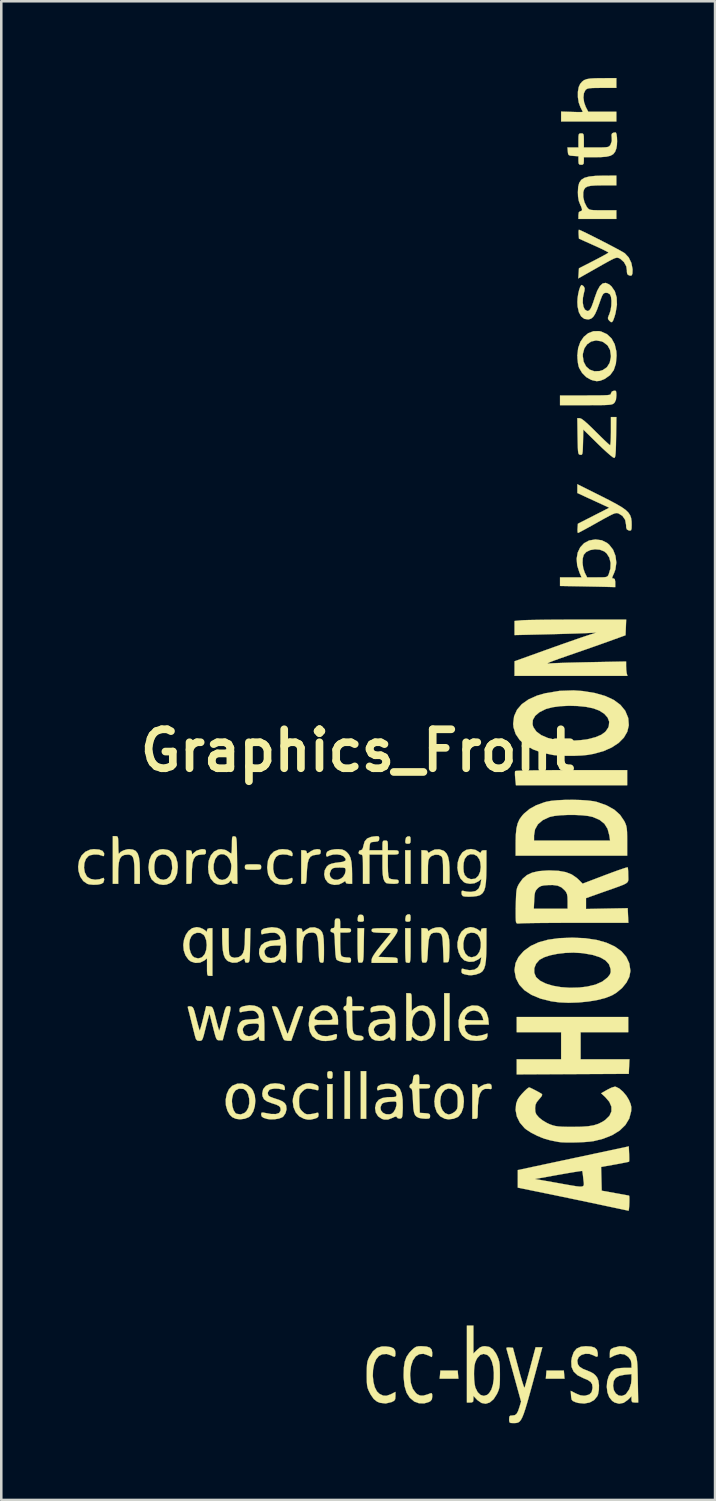
<source format=kicad_pcb>
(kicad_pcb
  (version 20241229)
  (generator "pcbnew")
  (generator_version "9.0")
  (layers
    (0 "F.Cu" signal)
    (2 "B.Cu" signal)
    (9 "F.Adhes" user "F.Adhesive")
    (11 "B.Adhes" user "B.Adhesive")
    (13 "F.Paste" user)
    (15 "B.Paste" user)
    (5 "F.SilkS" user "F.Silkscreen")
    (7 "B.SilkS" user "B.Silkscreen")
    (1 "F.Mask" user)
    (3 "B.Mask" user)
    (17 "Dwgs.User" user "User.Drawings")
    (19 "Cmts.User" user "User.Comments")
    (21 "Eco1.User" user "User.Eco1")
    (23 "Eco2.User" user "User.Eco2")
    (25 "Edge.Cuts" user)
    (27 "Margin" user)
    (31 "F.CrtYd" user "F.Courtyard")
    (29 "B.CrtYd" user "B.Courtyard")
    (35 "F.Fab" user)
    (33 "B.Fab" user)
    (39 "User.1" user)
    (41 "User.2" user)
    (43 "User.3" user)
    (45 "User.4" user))
  (footprint "Graphics_Front"
    (layer "F.Cu")
    (at 10.927 26.294)
    (property "Reference" "Graphics_Front" (at 0 0 0) (layer "F.SilkS") (effects (font (size 1.524 1.524) (thickness 0.3))))
    (attr through_hole)
    (fp_poly (pts (xy -0.974 14.393) (xy -1.185 14.393) (xy -1.185 13.039) (xy -0.974 13.039) (xy -0.974 14.393)) (stroke (width 0.01) (type solid)) (fill yes) (layer "F.SilkS"))
    (fp_poly (pts (xy -0.296 14.393) (xy -0.508 14.393) (xy -0.508 12.531) (xy -0.296 12.531) (xy -0.296 14.393)) (stroke (width 0.01) (type solid)) (fill yes) (layer "F.SilkS"))
    (fp_poly (pts (xy 0.339 14.393) (xy 0.127 14.393) (xy 0.127 12.531) (xy 0.339 12.531) (xy 0.339 14.393)) (stroke (width 0.01) (type solid)) (fill yes) (layer "F.SilkS"))
    (fp_poly (pts (xy 2.074 5.207) (xy 1.863 5.207) (xy 1.863 3.895) (xy 2.074 3.895) (xy 2.074 5.207)) (stroke (width 0.01) (type solid)) (fill yes) (layer "F.SilkS"))
    (fp_poly (pts (xy 3.598 11.345) (xy 3.387 11.345) (xy 3.387 9.483) (xy 3.598 9.483) (xy 3.598 11.345)) (stroke (width 0.01) (type solid)) (fill yes) (layer "F.SilkS"))
    (fp_poly (pts (xy 3.929 24.395) (xy 3.942 24.553) (xy 3.212 24.553) (xy 3.239 24.236) (xy 3.916 24.236) (xy 3.929 24.395)) (stroke (width 0.01) (type solid)) (fill yes) (layer "F.SilkS"))
    (fp_poly (pts (xy 8.078 24.395) (xy 8.091 24.553) (xy 7.361 24.553) (xy 7.374 24.395) (xy 7.387 24.236) (xy 8.065 24.236) (xy 8.078 24.395)) (stroke (width 0.01) (type solid)) (fill yes) (layer "F.SilkS"))
    (fp_poly (pts (xy 0.203 6.428) (xy 0.237 6.488) (xy 0.246 6.551) (xy 0.248 6.645) (xy 0.213 6.682) (xy 0.127 6.689) (xy 0.037 6.681) (xy 0.005 6.641) (xy 0.008 6.551) (xy 0.028 6.455) (xy 0.078 6.418) (xy 0.127 6.413) (xy 0.203 6.428)) (stroke (width 0.01) (type solid)) (fill yes) (layer "F.SilkS"))
    (fp_poly (pts (xy 2.043 3.354) (xy 2.069 3.399) (xy 2.074 3.49) (xy 2.067 3.591) (xy 2.033 3.633) (xy 1.966 3.641) (xy 1.892 3.631) (xy 1.867 3.584) (xy 1.871 3.503) (xy 1.896 3.4) (xy 1.956 3.357) (xy 1.979 3.352) (xy 2.043 3.354)) (stroke (width 0.01) (type solid)) (fill yes) (layer "F.SilkS"))
    (fp_poly (pts (xy 2.043 6.402) (xy 2.069 6.447) (xy 2.074 6.538) (xy 2.067 6.639) (xy 2.033 6.681) (xy 1.966 6.689) (xy 1.892 6.679) (xy 1.867 6.632) (xy 1.871 6.551) (xy 1.896 6.448) (xy 1.956 6.405) (xy 1.979 6.4) (xy 2.043 6.402)) (stroke (width 0.01) (type solid)) (fill yes) (layer "F.SilkS"))
    (fp_poly (pts (xy -1.008 12.542) (xy -0.979 12.592) (xy -0.974 12.679) (xy -0.984 12.782) (xy -1.022 12.823) (xy -1.051 12.827) (xy -1.132 12.813) (xy -1.157 12.799) (xy -1.178 12.74) (xy -1.185 12.651) (xy -1.172 12.563) (xy -1.118 12.533) (xy -1.079 12.531) (xy -1.008 12.542)) (stroke (width 0.01) (type solid)) (fill yes) (layer "F.SilkS"))
    (fp_poly (pts (xy 10.583 11.007) (xy 8.721 11.007) (xy 8.721 12.065) (xy 10.63 12.065) (xy 10.617 12.351) (xy 10.604 12.636) (xy 6.223 12.658) (xy 6.223 12.065) (xy 7.959 12.065) (xy 7.959 11.007) (xy 6.223 11.007) (xy 6.223 10.414) (xy 10.583 10.414) (xy 10.583 11.007)) (stroke (width 0.01) (type solid)) (fill yes) (layer "F.SilkS"))
    (fp_poly (pts (xy 10.541 1.355) (xy 6.193 1.355) (xy 6.166 1.096) (xy 6.155 0.954) (xy 6.155 0.845) (xy 6.162 0.8) (xy 6.208 0.792) (xy 6.332 0.785) (xy 6.526 0.779) (xy 6.783 0.773) (xy 7.096 0.769) (xy 7.458 0.765) (xy 7.862 0.763) (xy 8.3 0.762) (xy 8.363 0.762) (xy 10.541 0.762) (xy 10.541 1.355)) (stroke (width 0.01) (type solid)) (fill yes) (layer "F.SilkS"))
    (fp_poly (pts (xy 0.244 7.609) (xy 0.24 7.861) (xy 0.234 8.04) (xy 0.225 8.159) (xy 0.212 8.232) (xy 0.193 8.269) (xy 0.165 8.285) (xy 0.146 8.289) (xy 0.062 8.286) (xy 0.03 8.271) (xy 0.02 8.22) (xy 0.011 8.1) (xy 0.004 7.926) (xy 0.001 7.714) (xy 0 7.592) (xy 0 6.943) (xy 0.256 6.943) (xy 0.244 7.609)) (stroke (width 0.01) (type solid)) (fill yes) (layer "F.SilkS"))
    (fp_poly (pts (xy 2.074 7.62) (xy 2.074 7.874) (xy 2.071 8.055) (xy 2.064 8.176) (xy 2.053 8.248) (xy 2.035 8.285) (xy 2.01 8.297) (xy 1.997 8.297) (xy 1.916 8.284) (xy 1.891 8.269) (xy 1.881 8.219) (xy 1.873 8.1) (xy 1.867 7.926) (xy 1.863 7.714) (xy 1.863 7.592) (xy 1.863 6.943) (xy 2.074 6.943) (xy 2.074 7.62)) (stroke (width 0.01) (type solid)) (fill yes) (layer "F.SilkS"))
    (fp_poly (pts (xy -3.924 4.446) (xy -3.829 4.454) (xy -3.783 4.475) (xy -3.769 4.514) (xy -3.768 4.551) (xy -3.772 4.605) (xy -3.795 4.636) (xy -3.857 4.651) (xy -3.974 4.656) (xy -4.085 4.657) (xy -4.247 4.655) (xy -4.341 4.647) (xy -4.387 4.627) (xy -4.402 4.588) (xy -4.403 4.551) (xy -4.399 4.497) (xy -4.375 4.465) (xy -4.314 4.45) (xy -4.197 4.445) (xy -4.085 4.445) (xy -3.924 4.446)) (stroke (width 0.01) (type solid)) (fill yes) (layer "F.SilkS"))
    (fp_poly (pts (xy 10.106 -14.046) (xy 10.117 -13.968) (xy 10.118 -13.879) (xy 10.103 -13.719) (xy 10.054 -13.613) (xy 10.033 -13.589) (xy 10.002 -13.562) (xy 9.962 -13.542) (xy 9.902 -13.527) (xy 9.811 -13.517) (xy 9.679 -13.51) (xy 9.495 -13.506) (xy 9.247 -13.505) (xy 8.932 -13.504) (xy 7.916 -13.504) (xy 7.916 -13.885) (xy 8.911 -13.885) (xy 9.226 -13.886) (xy 9.467 -13.887) (xy 9.643 -13.891) (xy 9.765 -13.897) (xy 9.842 -13.907) (xy 9.884 -13.921) (xy 9.902 -13.94) (xy 9.906 -13.965) (xy 9.944 -14.038) (xy 10.012 -14.065) (xy 10.075 -14.071) (xy 10.106 -14.046)) (stroke (width 0.01) (type solid)) (fill yes) (layer "F.SilkS"))
    (fp_poly (pts (xy -5.964 3.863) (xy -5.93 3.91) (xy -5.927 3.958) (xy -5.936 4.027) (xy -5.98 4.057) (xy -6.083 4.064) (xy -6.094 4.064) (xy -6.233 4.081) (xy -6.336 4.137) (xy -6.407 4.242) (xy -6.451 4.405) (xy -6.473 4.636) (xy -6.477 4.852) (xy -6.478 5.025) (xy -6.484 5.13) (xy -6.501 5.184) (xy -6.533 5.204) (xy -6.583 5.207) (xy -6.689 5.207) (xy -6.689 3.895) (xy -6.583 3.895) (xy -6.501 3.913) (xy -6.476 3.983) (xy -6.476 3.99) (xy -6.469 4.054) (xy -6.442 4.042) (xy -6.423 4.018) (xy -6.29 3.91) (xy -6.115 3.856) (xy -6.056 3.852) (xy -5.964 3.863)) (stroke (width 0.01) (type solid)) (fill yes) (layer "F.SilkS"))
    (fp_poly (pts (xy -1.484 3.861) (xy -1.445 3.9) (xy -1.439 3.956) (xy -1.45 4.023) (xy -1.497 4.056) (xy -1.604 4.071) (xy -1.615 4.072) (xy -1.746 4.095) (xy -1.841 4.15) (xy -1.907 4.249) (xy -1.949 4.402) (xy -1.973 4.622) (xy -1.981 4.761) (xy -1.991 4.959) (xy -2.001 5.088) (xy -2.016 5.162) (xy -2.04 5.196) (xy -2.077 5.206) (xy -2.101 5.207) (xy -2.201 5.207) (xy -2.201 3.895) (xy -2.095 3.895) (xy -2.01 3.917) (xy -1.99 3.958) (xy -1.979 4.011) (xy -1.936 4.009) (xy -1.849 3.95) (xy -1.832 3.937) (xy -1.711 3.876) (xy -1.582 3.852) (xy -1.484 3.861)) (stroke (width 0.01) (type solid)) (fill yes) (layer "F.SilkS"))
    (fp_poly (pts (xy 5.184 13.028) (xy 5.228 13.066) (xy 5.241 13.132) (xy 5.243 13.208) (xy 5.209 13.233) (xy 5.116 13.223) (xy 5.113 13.223) (xy 4.972 13.225) (xy 4.863 13.286) (xy 4.784 13.412) (xy 4.732 13.606) (xy 4.706 13.875) (xy 4.701 14.065) (xy 4.699 14.23) (xy 4.691 14.328) (xy 4.671 14.376) (xy 4.634 14.392) (xy 4.593 14.393) (xy 4.487 14.393) (xy 4.487 13.039) (xy 4.593 13.039) (xy 4.676 13.058) (xy 4.699 13.125) (xy 4.703 13.179) (xy 4.727 13.184) (xy 4.794 13.14) (xy 4.82 13.121) (xy 4.948 13.056) (xy 5.085 13.024) (xy 5.085 13.024) (xy 5.184 13.028)) (stroke (width 0.01) (type solid)) (fill yes) (layer "F.SilkS"))
    (fp_poly (pts (xy 3.359 3.911) (xy 3.401 3.939) (xy 3.482 4.027) (xy 3.54 4.151) (xy 3.576 4.324) (xy 3.594 4.558) (xy 3.598 4.773) (xy 3.598 5.207) (xy 3.344 5.207) (xy 3.344 4.702) (xy 3.342 4.474) (xy 3.334 4.316) (xy 3.319 4.213) (xy 3.294 4.151) (xy 3.278 4.131) (xy 3.166 4.073) (xy 3.027 4.07) (xy 2.895 4.12) (xy 2.844 4.162) (xy 2.803 4.213) (xy 2.777 4.274) (xy 2.761 4.364) (xy 2.754 4.499) (xy 2.752 4.699) (xy 2.752 4.733) (xy 2.752 5.207) (xy 2.498 5.207) (xy 2.498 3.895) (xy 2.625 3.895) (xy 2.724 3.912) (xy 2.752 3.961) (xy 2.763 3.998) (xy 2.806 3.982) (xy 2.863 3.94) (xy 3.018 3.867) (xy 3.195 3.858) (xy 3.359 3.911)) (stroke (width 0.01) (type solid)) (fill yes) (layer "F.SilkS"))
    (fp_poly (pts (xy -10.098 3.869) (xy -9.967 3.921) (xy -9.909 4.008) (xy -9.906 4.043) (xy -9.914 4.118) (xy -9.953 4.124) (xy -9.993 4.105) (xy -10.133 4.065) (xy -10.303 4.061) (xy -10.459 4.093) (xy -10.518 4.122) (xy -10.619 4.235) (xy -10.677 4.395) (xy -10.692 4.578) (xy -10.662 4.758) (xy -10.586 4.908) (xy -10.558 4.94) (xy -10.428 5.017) (xy -10.258 5.047) (xy -10.081 5.028) (xy -9.98 4.99) (xy -9.926 4.974) (xy -9.907 5.022) (xy -9.906 5.058) (xy -9.936 5.157) (xy -10.015 5.208) (xy -10.152 5.238) (xy -10.323 5.245) (xy -10.484 5.23) (xy -10.562 5.209) (xy -10.722 5.099) (xy -10.84 4.926) (xy -10.908 4.706) (xy -10.922 4.537) (xy -10.887 4.301) (xy -10.79 4.103) (xy -10.64 3.955) (xy -10.449 3.869) (xy -10.305 3.852) (xy -10.098 3.869)) (stroke (width 0.01) (type solid)) (fill yes) (layer "F.SilkS"))
    (fp_poly (pts (xy 1.272 6.943) (xy 1.416 6.946) (xy 1.503 6.955) (xy 1.548 6.973) (xy 1.564 7.001) (xy 1.566 7.043) (xy 1.537 7.125) (xy 1.453 7.26) (xy 1.316 7.445) (xy 1.188 7.604) (xy 0.81 8.065) (xy 1.188 8.077) (xy 1.368 8.083) (xy 1.479 8.093) (xy 1.538 8.11) (xy 1.562 8.141) (xy 1.566 8.189) (xy 1.566 8.193) (xy 1.566 8.297) (xy 0.55 8.297) (xy 0.55 8.18) (xy 0.57 8.104) (xy 0.631 7.993) (xy 0.739 7.838) (xy 0.901 7.632) (xy 0.928 7.598) (xy 1.306 7.133) (xy 0.928 7.121) (xy 0.748 7.114) (xy 0.636 7.103) (xy 0.576 7.084) (xy 0.553 7.054) (xy 0.55 7.026) (xy 0.556 6.991) (xy 0.581 6.967) (xy 0.64 6.953) (xy 0.748 6.946) (xy 0.917 6.943) (xy 1.058 6.943) (xy 1.272 6.943)) (stroke (width 0.01) (type solid)) (fill yes) (layer "F.SilkS"))
    (fp_poly (pts (xy 10.118 -25.908) (xy 9.553 -25.908) (xy 9.321 -25.907) (xy 9.159 -25.902) (xy 9.051 -25.892) (xy 8.982 -25.875) (xy 8.936 -25.847) (xy 8.91 -25.822) (xy 8.849 -25.699) (xy 8.832 -25.53) (xy 8.858 -25.341) (xy 8.925 -25.157) (xy 8.926 -25.157) (xy 9.019 -24.977) (xy 10.118 -24.977) (xy 10.118 -24.596) (xy 7.959 -24.596) (xy 7.959 -24.982) (xy 8.382 -24.969) (xy 8.56 -24.964) (xy 8.701 -24.963) (xy 8.787 -24.965) (xy 8.805 -24.968) (xy 8.788 -25.009) (xy 8.742 -25.1) (xy 8.712 -25.158) (xy 8.647 -25.336) (xy 8.615 -25.544) (xy 8.615 -25.755) (xy 8.647 -25.941) (xy 8.704 -26.063) (xy 8.776 -26.149) (xy 8.855 -26.21) (xy 8.957 -26.25) (xy 9.098 -26.274) (xy 9.292 -26.285) (xy 9.555 -26.288) (xy 9.557 -26.288) (xy 10.118 -26.289) (xy 10.118 -25.908)) (stroke (width 0.01) (type solid)) (fill yes) (layer "F.SilkS"))
    (fp_poly (pts (xy -9.411 3.348) (xy -9.379 3.368) (xy -9.362 3.423) (xy -9.355 3.529) (xy -9.352 3.701) (xy -9.352 3.715) (xy -9.349 3.872) (xy -9.342 3.984) (xy -9.332 4.034) (xy -9.327 4.031) (xy -9.263 3.962) (xy -9.146 3.9) (xy -9.01 3.86) (xy -8.932 3.852) (xy -8.784 3.868) (xy -8.673 3.921) (xy -8.595 4.02) (xy -8.544 4.175) (xy -8.517 4.394) (xy -8.509 4.688) (xy -8.509 4.697) (xy -8.509 5.207) (xy -8.721 5.207) (xy -8.721 4.73) (xy -8.726 4.472) (xy -8.745 4.288) (xy -8.781 4.167) (xy -8.839 4.097) (xy -8.923 4.067) (xy -8.974 4.064) (xy -9.117 4.079) (xy -9.221 4.131) (xy -9.291 4.229) (xy -9.333 4.385) (xy -9.353 4.608) (xy -9.356 4.782) (xy -9.356 5.207) (xy -9.567 5.207) (xy -9.567 3.344) (xy -9.461 3.344) (xy -9.411 3.348)) (stroke (width 0.01) (type solid)) (fill yes) (layer "F.SilkS"))
    (fp_poly (pts (xy -2.729 3.87) (xy -2.599 3.923) (xy -2.543 4.012) (xy -2.54 4.043) (xy -2.548 4.118) (xy -2.587 4.124) (xy -2.624 4.107) (xy -2.758 4.067) (xy -2.924 4.057) (xy -3.078 4.081) (xy -3.08 4.082) (xy -3.186 4.156) (xy -3.258 4.286) (xy -3.295 4.45) (xy -3.298 4.627) (xy -3.265 4.794) (xy -3.199 4.93) (xy -3.097 5.014) (xy -3.08 5.02) (xy -2.927 5.044) (xy -2.76 5.035) (xy -2.626 4.996) (xy -2.624 4.995) (xy -2.563 4.973) (xy -2.542 5.012) (xy -2.54 5.058) (xy -2.57 5.157) (xy -2.649 5.208) (xy -2.835 5.246) (xy -3.037 5.237) (xy -3.215 5.184) (xy -3.247 5.166) (xy -3.401 5.029) (xy -3.495 4.84) (xy -3.531 4.592) (xy -3.531 4.551) (xy -3.5 4.294) (xy -3.411 4.09) (xy -3.268 3.946) (xy -3.076 3.867) (xy -2.934 3.852) (xy -2.729 3.87)) (stroke (width 0.01) (type solid)) (fill yes) (layer "F.SilkS"))
    (fp_poly (pts (xy 10.118 -22.098) (xy 9.577 -22.098) (xy 9.314 -22.094) (xy 9.122 -22.081) (xy 8.99 -22.052) (xy 8.905 -22.004) (xy 8.855 -21.933) (xy 8.826 -21.833) (xy 8.825 -21.828) (xy 8.823 -21.641) (xy 8.871 -21.438) (xy 8.96 -21.26) (xy 8.978 -21.236) (xy 9.017 -21.189) (xy 9.06 -21.158) (xy 9.123 -21.139) (xy 9.222 -21.129) (xy 9.372 -21.125) (xy 9.592 -21.124) (xy 10.118 -21.124) (xy 10.118 -20.786) (xy 8.636 -20.786) (xy 8.636 -20.934) (xy 8.651 -21.045) (xy 8.697 -21.082) (xy 8.697 -21.082) (xy 8.763 -21.1) (xy 8.777 -21.162) (xy 8.738 -21.277) (xy 8.708 -21.34) (xy 8.65 -21.489) (xy 8.621 -21.66) (xy 8.615 -21.83) (xy 8.626 -22.038) (xy 8.667 -22.197) (xy 8.746 -22.313) (xy 8.873 -22.393) (xy 9.056 -22.443) (xy 9.306 -22.469) (xy 9.599 -22.477) (xy 10.118 -22.479) (xy 10.118 -22.098)) (stroke (width 0.01) (type solid)) (fill yes) (layer "F.SilkS"))
    (fp_poly (pts (xy -7.385 3.888) (xy -7.218 3.992) (xy -7.101 4.161) (xy -7.038 4.389) (xy -7.027 4.551) (xy -7.057 4.812) (xy -7.142 5.017) (xy -7.28 5.159) (xy -7.466 5.236) (xy -7.599 5.249) (xy -7.758 5.225) (xy -7.906 5.165) (xy -7.908 5.164) (xy -8.052 5.029) (xy -8.139 4.832) (xy -8.17 4.572) (xy -8.17 4.551) (xy -8.162 4.481) (xy -7.944 4.481) (xy -7.943 4.664) (xy -7.919 4.791) (xy -7.841 4.936) (xy -7.724 5.023) (xy -7.588 5.051) (xy -7.453 5.017) (xy -7.342 4.921) (xy -7.298 4.843) (xy -7.243 4.608) (xy -7.263 4.36) (xy -7.287 4.278) (xy -7.37 4.148) (xy -7.496 4.073) (xy -7.639 4.058) (xy -7.776 4.106) (xy -7.858 4.182) (xy -7.914 4.308) (xy -7.944 4.481) (xy -8.162 4.481) (xy -8.141 4.289) (xy -8.056 4.085) (xy -7.918 3.942) (xy -7.732 3.865) (xy -7.599 3.853) (xy -7.385 3.888)) (stroke (width 0.01) (type solid)) (fill yes) (layer "F.SilkS"))
    (fp_poly (pts (xy -4.307 13.079) (xy -4.147 13.207) (xy -4.087 13.293) (xy -4.017 13.476) (xy -3.995 13.687) (xy -4.015 13.904) (xy -4.075 14.103) (xy -4.17 14.26) (xy -4.245 14.326) (xy -4.405 14.391) (xy -4.594 14.415) (xy -4.755 14.394) (xy -4.897 14.33) (xy -5.001 14.229) (xy -5.086 14.076) (xy -5.146 13.867) (xy -5.151 13.716) (xy -4.911 13.716) (xy -4.893 13.896) (xy -4.846 14.053) (xy -4.778 14.162) (xy -4.732 14.196) (xy -4.568 14.222) (xy -4.421 14.166) (xy -4.343 14.094) (xy -4.266 13.954) (xy -4.231 13.783) (xy -4.235 13.604) (xy -4.275 13.438) (xy -4.348 13.306) (xy -4.451 13.23) (xy -4.467 13.225) (xy -4.637 13.216) (xy -4.769 13.281) (xy -4.86 13.414) (xy -4.906 13.612) (xy -4.911 13.716) (xy -5.151 13.716) (xy -5.153 13.642) (xy -5.112 13.425) (xy -5.027 13.239) (xy -4.902 13.106) (xy -4.895 13.102) (xy -4.701 13.021) (xy -4.499 13.015) (xy -4.307 13.079)) (stroke (width 0.01) (type solid)) (fill yes) (layer "F.SilkS"))
    (fp_poly (pts (xy -5.038 7.426) (xy -5.035 7.626) (xy -5.029 7.799) (xy -5.02 7.924) (xy -5.011 7.98) (xy -4.937 8.065) (xy -4.815 8.1) (xy -4.668 8.079) (xy -4.636 8.068) (xy -4.542 8.008) (xy -4.475 7.914) (xy -4.432 7.772) (xy -4.409 7.57) (xy -4.403 7.313) (xy -4.402 7.136) (xy -4.396 7.027) (xy -4.38 6.969) (xy -4.35 6.947) (xy -4.301 6.943) (xy -4.296 6.943) (xy -4.189 6.943) (xy -4.201 7.609) (xy -4.205 7.86) (xy -4.211 8.039) (xy -4.219 8.158) (xy -4.232 8.23) (xy -4.251 8.268) (xy -4.279 8.284) (xy -4.307 8.29) (xy -4.382 8.282) (xy -4.403 8.217) (xy -4.403 8.216) (xy -4.411 8.147) (xy -4.447 8.136) (xy -4.524 8.185) (xy -4.56 8.213) (xy -4.715 8.285) (xy -4.891 8.292) (xy -5.054 8.236) (xy -5.103 8.201) (xy -5.178 8.111) (xy -5.232 7.982) (xy -5.267 7.803) (xy -5.285 7.562) (xy -5.29 7.334) (xy -5.292 6.943) (xy -5.038 6.943) (xy -5.038 7.426)) (stroke (width 0.01) (type solid)) (fill yes) (layer "F.SilkS"))
    (fp_poly (pts (xy -2.145 10) (xy -2.129 10.038) (xy -2.137 10.065) (xy -2.161 10.129) (xy -2.207 10.258) (xy -2.27 10.434) (xy -2.344 10.642) (xy -2.379 10.742) (xy -2.592 11.345) (xy -2.731 11.345) (xy -2.853 11.322) (xy -2.899 11.271) (xy -2.93 11.191) (xy -2.978 11.057) (xy -3.04 10.885) (xy -3.108 10.693) (xy -3.177 10.497) (xy -3.241 10.313) (xy -3.294 10.159) (xy -3.33 10.051) (xy -3.344 10.005) (xy -3.344 10.005) (xy -3.308 9.995) (xy -3.231 9.998) (xy -3.183 10.01) (xy -3.142 10.04) (xy -3.101 10.102) (xy -3.054 10.208) (xy -2.992 10.372) (xy -2.932 10.54) (xy -2.863 10.736) (xy -2.804 10.901) (xy -2.76 11.019) (xy -2.738 11.075) (xy -2.737 11.078) (xy -2.72 11.044) (xy -2.682 10.944) (xy -2.627 10.792) (xy -2.56 10.603) (xy -2.538 10.539) (xy -2.462 10.32) (xy -2.406 10.169) (xy -2.363 10.073) (xy -2.325 10.02) (xy -2.286 9.996) (xy -2.239 9.991) (xy -2.229 9.991) (xy -2.145 10)) (stroke (width 0.01) (type solid)) (fill yes) (layer "F.SilkS"))
    (fp_poly (pts (xy 3.809 13.058) (xy 3.976 13.162) (xy 4.089 13.33) (xy 4.148 13.562) (xy 4.157 13.716) (xy 4.132 13.955) (xy 4.062 14.155) (xy 3.954 14.297) (xy 3.918 14.324) (xy 3.752 14.393) (xy 3.559 14.415) (xy 3.414 14.393) (xy 3.228 14.295) (xy 3.097 14.134) (xy 3.023 13.913) (xy 3.006 13.711) (xy 3.231 13.711) (xy 3.255 13.899) (xy 3.32 14.058) (xy 3.421 14.172) (xy 3.549 14.223) (xy 3.573 14.224) (xy 3.676 14.197) (xy 3.786 14.131) (xy 3.797 14.122) (xy 3.86 14.06) (xy 3.896 13.994) (xy 3.912 13.899) (xy 3.916 13.747) (xy 3.916 13.723) (xy 3.912 13.557) (xy 3.895 13.449) (xy 3.858 13.372) (xy 3.813 13.317) (xy 3.682 13.226) (xy 3.543 13.211) (xy 3.413 13.266) (xy 3.309 13.386) (xy 3.258 13.511) (xy 3.231 13.711) (xy 3.006 13.711) (xy 3.006 13.707) (xy 3.037 13.456) (xy 3.127 13.255) (xy 3.268 13.112) (xy 3.454 13.033) (xy 3.591 13.02) (xy 3.809 13.058)) (stroke (width 0.01) (type solid)) (fill yes) (layer "F.SilkS"))
    (fp_poly (pts (xy 9.522 -9.95) (xy 9.857 -9.78) (xy 10.123 -9.638) (xy 10.329 -9.517) (xy 10.481 -9.409) (xy 10.587 -9.307) (xy 10.656 -9.203) (xy 10.696 -9.09) (xy 10.714 -8.961) (xy 10.717 -8.821) (xy 10.713 -8.684) (xy 10.693 -8.615) (xy 10.648 -8.599) (xy 10.587 -8.614) (xy 10.529 -8.649) (xy 10.503 -8.724) (xy 10.499 -8.824) (xy 10.462 -9.023) (xy 10.356 -9.176) (xy 10.209 -9.268) (xy 10.162 -9.284) (xy 10.113 -9.286) (xy 10.048 -9.272) (xy 9.958 -9.235) (xy 9.83 -9.171) (xy 9.654 -9.076) (xy 9.417 -8.944) (xy 9.365 -8.914) (xy 9.142 -8.789) (xy 8.944 -8.68) (xy 8.783 -8.593) (xy 8.67 -8.534) (xy 8.619 -8.509) (xy 8.617 -8.509) (xy 8.603 -8.547) (xy 8.599 -8.641) (xy 8.602 -8.689) (xy 8.615 -8.869) (xy 9.228 -9.182) (xy 9.841 -9.495) (xy 9.673 -9.573) (xy 9.565 -9.623) (xy 9.404 -9.697) (xy 9.213 -9.785) (xy 9.049 -9.86) (xy 8.594 -10.07) (xy 8.594 -10.414) (xy 9.522 -9.95)) (stroke (width 0.01) (type solid)) (fill yes) (layer "F.SilkS"))
    (fp_poly (pts (xy 10.108 -12.245) (xy 10.103 -11.962) (xy 10.097 -11.753) (xy 10.088 -11.607) (xy 10.076 -11.514) (xy 10.059 -11.462) (xy 10.037 -11.442) (xy 10.033 -11.441) (xy 9.984 -11.466) (xy 9.886 -11.542) (xy 9.75 -11.66) (xy 9.585 -11.811) (xy 9.403 -11.986) (xy 9.398 -11.991) (xy 8.826 -12.552) (xy 8.815 -12.052) (xy 8.809 -11.84) (xy 8.802 -11.699) (xy 8.79 -11.614) (xy 8.772 -11.574) (xy 8.743 -11.562) (xy 8.709 -11.565) (xy 8.674 -11.573) (xy 8.649 -11.592) (xy 8.632 -11.637) (xy 8.62 -11.717) (xy 8.613 -11.847) (xy 8.608 -12.037) (xy 8.603 -12.287) (xy 8.592 -12.996) (xy 8.689 -12.996) (xy 8.754 -12.971) (xy 8.86 -12.894) (xy 9.011 -12.761) (xy 9.212 -12.568) (xy 9.313 -12.467) (xy 9.486 -12.296) (xy 9.638 -12.148) (xy 9.761 -12.033) (xy 9.843 -11.96) (xy 9.874 -11.938) (xy 9.886 -11.978) (xy 9.896 -12.086) (xy 9.903 -12.248) (xy 9.906 -12.448) (xy 9.906 -12.488) (xy 9.906 -13.039) (xy 10.12 -13.039) (xy 10.108 -12.245)) (stroke (width 0.01) (type solid)) (fill yes) (layer "F.SilkS"))
    (fp_poly (pts (xy -1.752 13.023) (xy -1.683 13.041) (xy -1.576 13.081) (xy -1.531 13.135) (xy -1.524 13.193) (xy -1.535 13.269) (xy -1.579 13.278) (xy -1.598 13.271) (xy -1.686 13.247) (xy -1.814 13.224) (xy -1.85 13.219) (xy -1.974 13.213) (xy -2.062 13.244) (xy -2.157 13.326) (xy -2.23 13.409) (xy -2.269 13.49) (xy -2.284 13.601) (xy -2.286 13.716) (xy -2.281 13.868) (xy -2.261 13.967) (xy -2.213 14.045) (xy -2.157 14.106) (xy -2.062 14.188) (xy -1.973 14.219) (xy -1.85 14.213) (xy -1.719 14.192) (xy -1.616 14.167) (xy -1.598 14.161) (xy -1.543 14.155) (xy -1.525 14.211) (xy -1.524 14.239) (xy -1.539 14.316) (xy -1.6 14.363) (xy -1.683 14.391) (xy -1.827 14.424) (xy -1.941 14.426) (xy -2.076 14.397) (xy -2.1 14.39) (xy -2.279 14.296) (xy -2.416 14.141) (xy -2.503 13.938) (xy -2.532 13.705) (xy -2.523 13.595) (xy -2.458 13.359) (xy -2.335 13.181) (xy -2.161 13.066) (xy -2.157 13.064) (xy -2.01 13.013) (xy -1.89 13) (xy -1.752 13.023)) (stroke (width 0.01) (type solid)) (fill yes) (layer "F.SilkS"))
    (fp_poly (pts (xy 2.693 23.296) (xy 2.826 23.338) (xy 2.898 23.417) (xy 2.921 23.538) (xy 2.921 23.544) (xy 2.917 23.648) (xy 2.908 23.704) (xy 2.905 23.707) (xy 2.86 23.689) (xy 2.773 23.647) (xy 2.767 23.643) (xy 2.578 23.58) (xy 2.412 23.595) (xy 2.272 23.683) (xy 2.163 23.839) (xy 2.091 24.058) (xy 2.058 24.335) (xy 2.057 24.428) (xy 2.083 24.72) (xy 2.158 24.948) (xy 2.284 25.117) (xy 2.339 25.162) (xy 2.443 25.212) (xy 2.568 25.216) (xy 2.732 25.171) (xy 2.847 25.126) (xy 2.896 25.118) (xy 2.917 25.162) (xy 2.921 25.246) (xy 2.907 25.36) (xy 2.85 25.43) (xy 2.796 25.462) (xy 2.606 25.519) (xy 2.401 25.513) (xy 2.219 25.447) (xy 2.218 25.446) (xy 2.043 25.299) (xy 1.917 25.1) (xy 1.838 24.84) (xy 1.804 24.516) (xy 1.802 24.405) (xy 1.812 24.114) (xy 1.848 23.886) (xy 1.915 23.702) (xy 2.02 23.545) (xy 2.094 23.464) (xy 2.204 23.361) (xy 2.291 23.307) (xy 2.388 23.286) (xy 2.49 23.283) (xy 2.693 23.296)) (stroke (width 0.01) (type solid)) (fill yes) (layer "F.SilkS"))
    (fp_poly (pts (xy 1.294 23.318) (xy 1.41 23.37) (xy 1.468 23.457) (xy 1.482 23.564) (xy 1.474 23.666) (xy 1.441 23.699) (xy 1.364 23.671) (xy 1.312 23.643) (xy 1.141 23.587) (xy 0.965 23.6) (xy 0.832 23.667) (xy 0.724 23.799) (xy 0.649 23.985) (xy 0.607 24.206) (xy 0.597 24.443) (xy 0.62 24.676) (xy 0.674 24.886) (xy 0.76 25.053) (xy 0.859 25.148) (xy 1.003 25.215) (xy 1.135 25.221) (xy 1.29 25.168) (xy 1.325 25.151) (xy 1.482 25.07) (xy 1.482 25.237) (xy 1.473 25.351) (xy 1.433 25.415) (xy 1.338 25.465) (xy 1.335 25.466) (xy 1.101 25.522) (xy 0.876 25.496) (xy 0.761 25.448) (xy 0.633 25.346) (xy 0.515 25.175) (xy 0.487 25.123) (xy 0.432 25.011) (xy 0.395 24.914) (xy 0.374 24.81) (xy 0.363 24.677) (xy 0.36 24.493) (xy 0.36 24.387) (xy 0.362 24.168) (xy 0.37 24.012) (xy 0.386 23.896) (xy 0.416 23.8) (xy 0.461 23.701) (xy 0.469 23.686) (xy 0.602 23.481) (xy 0.756 23.353) (xy 0.945 23.295) (xy 1.108 23.293) (xy 1.294 23.318)) (stroke (width 0.01) (type solid)) (fill yes) (layer "F.SilkS"))
    (fp_poly (pts (xy 2.402 12.691) (xy 2.412 12.77) (xy 2.413 12.845) (xy 2.413 13.039) (xy 2.625 13.039) (xy 2.752 13.043) (xy 2.815 13.062) (xy 2.835 13.104) (xy 2.836 13.123) (xy 2.825 13.174) (xy 2.778 13.199) (xy 2.674 13.208) (xy 2.623 13.208) (xy 2.41 13.208) (xy 2.422 13.684) (xy 2.434 14.161) (xy 2.635 14.173) (xy 2.757 14.186) (xy 2.817 14.211) (xy 2.835 14.261) (xy 2.836 14.29) (xy 2.828 14.355) (xy 2.786 14.384) (xy 2.689 14.391) (xy 2.656 14.391) (xy 2.521 14.381) (xy 2.41 14.36) (xy 2.39 14.353) (xy 2.308 14.309) (xy 2.249 14.247) (xy 2.211 14.15) (xy 2.186 14.005) (xy 2.171 13.796) (xy 2.167 13.691) (xy 2.156 13.472) (xy 2.142 13.327) (xy 2.124 13.243) (xy 2.099 13.21) (xy 2.09 13.208) (xy 2.043 13.173) (xy 2.032 13.123) (xy 2.057 13.055) (xy 2.093 13.039) (xy 2.139 13.002) (xy 2.165 12.887) (xy 2.167 12.859) (xy 2.182 12.744) (xy 2.214 12.688) (xy 2.282 12.667) (xy 2.297 12.665) (xy 2.368 12.663) (xy 2.402 12.691)) (stroke (width 0.01) (type solid)) (fill yes) (layer "F.SilkS"))
    (fp_poly (pts (xy 6.936 24.395) (xy 6.816 24.837) (xy 6.715 25.204) (xy 6.63 25.504) (xy 6.558 25.742) (xy 6.496 25.927) (xy 6.44 26.065) (xy 6.388 26.162) (xy 6.337 26.226) (xy 6.283 26.264) (xy 6.224 26.282) (xy 6.156 26.288) (xy 6.098 26.289) (xy 5.989 26.285) (xy 5.94 26.258) (xy 5.927 26.187) (xy 5.927 26.141) (xy 5.934 26.041) (xy 5.97 26) (xy 6.048 25.993) (xy 6.147 25.979) (xy 6.219 25.926) (xy 6.277 25.819) (xy 6.33 25.663) (xy 6.394 25.449) (xy 6.116 24.44) (xy 6.039 24.159) (xy 5.968 23.904) (xy 5.908 23.686) (xy 5.86 23.517) (xy 5.83 23.409) (xy 5.82 23.376) (xy 5.831 23.338) (xy 5.911 23.331) (xy 5.938 23.334) (xy 6.075 23.347) (xy 6.29 24.148) (xy 6.356 24.392) (xy 6.417 24.601) (xy 6.468 24.765) (xy 6.505 24.873) (xy 6.526 24.911) (xy 6.527 24.91) (xy 6.545 24.859) (xy 6.58 24.739) (xy 6.629 24.564) (xy 6.689 24.347) (xy 6.754 24.103) (xy 6.755 24.098) (xy 6.961 23.326) (xy 7.225 23.326) (xy 6.936 24.395)) (stroke (width 0.01) (type solid)) (fill yes) (layer "F.SilkS"))
    (fp_poly (pts (xy 9.523 -16.384) (xy 9.751 -16.281) (xy 9.929 -16.114) (xy 10.053 -15.889) (xy 10.118 -15.611) (xy 10.127 -15.438) (xy 10.1 -15.127) (xy 10.017 -14.876) (xy 9.875 -14.681) (xy 9.672 -14.536) (xy 9.631 -14.516) (xy 9.478 -14.457) (xy 9.347 -14.443) (xy 9.199 -14.474) (xy 9.123 -14.499) (xy 8.941 -14.602) (xy 8.78 -14.763) (xy 8.666 -14.958) (xy 8.643 -15.022) (xy 8.616 -15.156) (xy 8.598 -15.33) (xy 8.595 -15.435) (xy 8.805 -15.435) (xy 8.839 -15.204) (xy 8.934 -15.021) (xy 9.076 -14.894) (xy 9.257 -14.83) (xy 9.464 -14.838) (xy 9.589 -14.878) (xy 9.75 -14.988) (xy 9.857 -15.159) (xy 9.904 -15.378) (xy 9.906 -15.435) (xy 9.872 -15.665) (xy 9.773 -15.844) (xy 9.609 -15.969) (xy 9.534 -16.001) (xy 9.325 -16.035) (xy 9.137 -15.994) (xy 8.979 -15.888) (xy 8.867 -15.726) (xy 8.81 -15.517) (xy 8.805 -15.435) (xy 8.595 -15.435) (xy 8.594 -15.457) (xy 8.625 -15.737) (xy 8.712 -15.98) (xy 8.846 -16.176) (xy 9.018 -16.318) (xy 9.22 -16.395) (xy 9.442 -16.4) (xy 9.523 -16.384)) (stroke (width 0.01) (type solid)) (fill yes) (layer "F.SilkS"))
    (fp_poly (pts (xy -0.252 9.618) (xy -0.221 9.656) (xy -0.212 9.749) (xy -0.212 9.8) (xy -0.212 9.991) (xy 0.021 9.991) (xy 0.156 9.994) (xy 0.226 10.01) (xy 0.252 10.046) (xy 0.254 10.075) (xy 0.244 10.124) (xy 0.2 10.15) (xy 0.103 10.159) (xy 0.021 10.16) (xy -0.212 10.16) (xy -0.207 10.53) (xy -0.202 10.762) (xy -0.19 10.923) (xy -0.164 11.027) (xy -0.118 11.087) (xy -0.048 11.119) (xy 0.044 11.134) (xy 0.164 11.154) (xy 0.22 11.188) (xy 0.233 11.239) (xy 0.217 11.297) (xy 0.153 11.325) (xy 0.064 11.335) (xy -0.075 11.329) (xy -0.196 11.299) (xy -0.211 11.292) (xy -0.3 11.229) (xy -0.361 11.139) (xy -0.399 11.006) (xy -0.418 10.817) (xy -0.423 10.594) (xy -0.425 10.394) (xy -0.433 10.264) (xy -0.448 10.192) (xy -0.472 10.163) (xy -0.487 10.16) (xy -0.539 10.125) (xy -0.55 10.075) (xy -0.524 10.006) (xy -0.487 9.991) (xy -0.445 9.966) (xy -0.426 9.881) (xy -0.423 9.8) (xy -0.419 9.683) (xy -0.397 9.627) (xy -0.346 9.61) (xy -0.318 9.61) (xy -0.252 9.618)) (stroke (width 0.01) (type solid)) (fill yes) (layer "F.SilkS"))
    (fp_poly (pts (xy 2.063 9.486) (xy 2.094 9.508) (xy 2.11 9.565) (xy 2.116 9.675) (xy 2.117 9.829) (xy 2.117 10.175) (xy 2.216 10.081) (xy 2.372 9.988) (xy 2.554 9.96) (xy 2.73 10.001) (xy 2.741 10.006) (xy 2.877 10.121) (xy 2.974 10.291) (xy 3.031 10.496) (xy 3.046 10.716) (xy 3.016 10.929) (xy 2.941 11.115) (xy 2.848 11.23) (xy 2.689 11.322) (xy 2.507 11.355) (xy 2.398 11.341) (xy 2.279 11.291) (xy 2.197 11.235) (xy 2.138 11.188) (xy 2.118 11.205) (xy 2.117 11.254) (xy 2.095 11.325) (xy 2.016 11.345) (xy 2.011 11.345) (xy 1.905 11.345) (xy 1.905 10.739) (xy 2.13 10.739) (xy 2.17 10.913) (xy 2.247 11.051) (xy 2.352 11.141) (xy 2.475 11.174) (xy 2.604 11.139) (xy 2.687 11.075) (xy 2.782 10.926) (xy 2.828 10.733) (xy 2.819 10.524) (xy 2.754 10.338) (xy 2.651 10.217) (xy 2.527 10.161) (xy 2.397 10.17) (xy 2.278 10.244) (xy 2.184 10.382) (xy 2.138 10.537) (xy 2.13 10.739) (xy 1.905 10.739) (xy 1.905 9.483) (xy 2.011 9.483) (xy 2.063 9.486)) (stroke (width 0.01) (type solid)) (fill yes) (layer "F.SilkS"))
    (fp_poly (pts (xy 4.691 9.973) (xy 4.743 9.986) (xy 4.916 10.08) (xy 5.039 10.237) (xy 5.107 10.451) (xy 5.113 10.504) (xy 5.133 10.71) (xy 4.662 10.71) (xy 4.457 10.711) (xy 4.323 10.715) (xy 4.243 10.725) (xy 4.205 10.745) (xy 4.192 10.777) (xy 4.191 10.81) (xy 4.228 10.962) (xy 4.329 11.075) (xy 4.481 11.143) (xy 4.669 11.161) (xy 4.875 11.122) (xy 5.08 11.057) (xy 5.08 11.16) (xy 5.05 11.249) (xy 4.955 11.308) (xy 4.79 11.339) (xy 4.622 11.345) (xy 4.398 11.323) (xy 4.246 11.263) (xy 4.089 11.133) (xy 3.994 10.964) (xy 3.954 10.792) (xy 3.953 10.542) (xy 3.977 10.454) (xy 4.191 10.454) (xy 4.197 10.496) (xy 4.227 10.522) (xy 4.296 10.535) (xy 4.422 10.54) (xy 4.555 10.541) (xy 4.92 10.541) (xy 4.892 10.425) (xy 4.821 10.283) (xy 4.701 10.192) (xy 4.554 10.159) (xy 4.404 10.189) (xy 4.295 10.264) (xy 4.223 10.359) (xy 4.191 10.45) (xy 4.191 10.454) (xy 3.977 10.454) (xy 4.014 10.324) (xy 4.128 10.149) (xy 4.285 10.025) (xy 4.476 9.963) (xy 4.691 9.973)) (stroke (width 0.01) (type solid)) (fill yes) (layer "F.SilkS"))
    (fp_poly (pts (xy -6.164 6.921) (xy -6.039 6.973) (xy -5.943 7.039) (xy -5.913 7.079) (xy -5.895 7.087) (xy -5.888 7.038) (xy -5.863 6.964) (xy -5.784 6.943) (xy -5.779 6.943) (xy -5.673 6.943) (xy -5.673 8.805) (xy -5.779 8.805) (xy -5.831 8.802) (xy -5.862 8.78) (xy -5.878 8.722) (xy -5.884 8.611) (xy -5.884 8.464) (xy -5.884 8.122) (xy -5.996 8.21) (xy -6.157 8.287) (xy -6.338 8.299) (xy -6.51 8.246) (xy -6.604 8.177) (xy -6.725 8.008) (xy -6.793 7.812) (xy -6.812 7.602) (xy -6.806 7.557) (xy -6.579 7.557) (xy -6.568 7.737) (xy -6.524 7.903) (xy -6.451 8.03) (xy -6.375 8.087) (xy -6.234 8.123) (xy -6.116 8.095) (xy -6.064 8.063) (xy -5.971 7.951) (xy -5.915 7.789) (xy -5.895 7.601) (xy -5.915 7.415) (xy -5.975 7.257) (xy -6.017 7.201) (xy -6.137 7.127) (xy -6.279 7.12) (xy -6.415 7.175) (xy -6.491 7.249) (xy -6.554 7.386) (xy -6.579 7.557) (xy -6.806 7.557) (xy -6.784 7.395) (xy -6.715 7.206) (xy -6.608 7.05) (xy -6.467 6.943) (xy -6.296 6.901) (xy -6.282 6.9) (xy -6.164 6.921)) (stroke (width 0.01) (type solid)) (fill yes) (layer "F.SilkS"))
    (fp_poly (pts (xy 8.706 -20.344) (xy 8.819 -20.292) (xy 8.981 -20.214) (xy 9.177 -20.116) (xy 9.396 -20.005) (xy 9.625 -19.888) (xy 9.849 -19.772) (xy 10.056 -19.663) (xy 10.233 -19.568) (xy 10.367 -19.493) (xy 10.444 -19.446) (xy 10.45 -19.442) (xy 10.601 -19.279) (xy 10.705 -19.065) (xy 10.751 -18.825) (xy 10.752 -18.788) (xy 10.746 -18.648) (xy 10.719 -18.579) (xy 10.663 -18.567) (xy 10.605 -18.583) (xy 10.546 -18.627) (xy 10.53 -18.715) (xy 10.532 -18.758) (xy 10.507 -18.931) (xy 10.417 -19.096) (xy 10.278 -19.222) (xy 10.248 -19.239) (xy 10.203 -19.26) (xy 10.159 -19.27) (xy 10.106 -19.265) (xy 10.032 -19.239) (xy 9.926 -19.188) (xy 9.777 -19.108) (xy 9.574 -18.995) (xy 9.376 -18.882) (xy 8.631 -18.46) (xy 8.644 -18.657) (xy 8.657 -18.855) (xy 9.229 -19.148) (xy 9.428 -19.252) (xy 9.598 -19.343) (xy 9.726 -19.414) (xy 9.798 -19.458) (xy 9.81 -19.468) (xy 9.777 -19.494) (xy 9.679 -19.546) (xy 9.53 -19.62) (xy 9.343 -19.707) (xy 9.238 -19.754) (xy 8.657 -20.014) (xy 8.644 -20.188) (xy 8.641 -20.296) (xy 8.65 -20.357) (xy 8.655 -20.362) (xy 8.706 -20.344)) (stroke (width 0.01) (type solid)) (fill yes) (layer "F.SilkS"))
    (fp_poly (pts (xy -3.043 13.026) (xy -2.925 13.056) (xy -2.867 13.099) (xy -2.845 13.172) (xy -2.844 13.177) (xy -2.841 13.257) (xy -2.876 13.272) (xy -2.942 13.25) (xy -3.092 13.216) (xy -3.254 13.212) (xy -3.393 13.237) (xy -3.446 13.263) (xy -3.504 13.353) (xy -3.507 13.42) (xy -3.482 13.484) (xy -3.417 13.533) (xy -3.292 13.58) (xy -3.26 13.59) (xy -3.057 13.657) (xy -2.922 13.72) (xy -2.838 13.79) (xy -2.791 13.873) (xy -2.775 14.018) (xy -2.815 14.173) (xy -2.9 14.3) (xy -2.938 14.331) (xy -3.067 14.383) (xy -3.241 14.412) (xy -3.422 14.415) (xy -3.539 14.398) (xy -3.675 14.354) (xy -3.745 14.304) (xy -3.767 14.232) (xy -3.768 14.217) (xy -3.755 14.157) (xy -3.699 14.147) (xy -3.651 14.157) (xy -3.386 14.205) (xy -3.191 14.208) (xy -3.066 14.166) (xy -3.01 14.078) (xy -3.006 14.037) (xy -3.018 13.956) (xy -3.067 13.896) (xy -3.166 13.844) (xy -3.332 13.79) (xy -3.347 13.786) (xy -3.538 13.715) (xy -3.656 13.628) (xy -3.714 13.512) (xy -3.725 13.404) (xy -3.689 13.236) (xy -3.586 13.11) (xy -3.427 13.032) (xy -3.222 13.006) (xy -3.043 13.026)) (stroke (width 0.01) (type solid)) (fill yes) (layer "F.SilkS"))
    (fp_poly (pts (xy -1.53 6.961) (xy -1.447 7.017) (xy -1.387 7.094) (xy -1.347 7.206) (xy -1.324 7.367) (xy -1.314 7.59) (xy -1.312 7.773) (xy -1.313 7.992) (xy -1.316 8.141) (xy -1.324 8.231) (xy -1.34 8.277) (xy -1.366 8.292) (xy -1.404 8.29) (xy -1.408 8.29) (xy -1.448 8.28) (xy -1.476 8.254) (xy -1.494 8.198) (xy -1.507 8.097) (xy -1.516 7.938) (xy -1.524 7.764) (xy -1.538 7.513) (xy -1.559 7.335) (xy -1.591 7.218) (xy -1.64 7.149) (xy -1.71 7.118) (xy -1.786 7.112) (xy -1.922 7.128) (xy -2.023 7.183) (xy -2.092 7.286) (xy -2.135 7.447) (xy -2.155 7.676) (xy -2.159 7.88) (xy -2.16 8.072) (xy -2.167 8.194) (xy -2.18 8.262) (xy -2.205 8.292) (xy -2.237 8.297) (xy -2.317 8.284) (xy -2.342 8.269) (xy -2.352 8.219) (xy -2.361 8.1) (xy -2.367 7.926) (xy -2.37 7.714) (xy -2.371 7.592) (xy -2.371 6.943) (xy -2.265 6.943) (xy -2.182 6.962) (xy -2.159 7.03) (xy -2.159 7.031) (xy -2.155 7.084) (xy -2.129 7.088) (xy -2.065 7.04) (xy -2.029 7.01) (xy -1.861 6.918) (xy -1.679 6.909) (xy -1.53 6.961)) (stroke (width 0.01) (type solid)) (fill yes) (layer "F.SilkS"))
    (fp_poly (pts (xy 3.324 6.931) (xy 3.412 7.004) (xy 3.423 7.015) (xy 3.5 7.111) (xy 3.552 7.231) (xy 3.582 7.389) (xy 3.594 7.601) (xy 3.591 7.881) (xy 3.59 7.895) (xy 3.583 8.076) (xy 3.573 8.188) (xy 3.556 8.247) (xy 3.526 8.272) (xy 3.478 8.276) (xy 3.471 8.276) (xy 3.365 8.276) (xy 3.344 7.735) (xy 3.333 7.494) (xy 3.318 7.325) (xy 3.292 7.215) (xy 3.251 7.152) (xy 3.188 7.122) (xy 3.099 7.113) (xy 3.065 7.113) (xy 2.955 7.125) (xy 2.875 7.169) (xy 2.82 7.258) (xy 2.783 7.402) (xy 2.761 7.612) (xy 2.752 7.783) (xy 2.742 7.994) (xy 2.731 8.136) (xy 2.716 8.222) (xy 2.694 8.267) (xy 2.662 8.285) (xy 2.644 8.289) (xy 2.56 8.286) (xy 2.528 8.271) (xy 2.517 8.22) (xy 2.508 8.1) (xy 2.502 7.926) (xy 2.498 7.714) (xy 2.498 7.592) (xy 2.498 6.943) (xy 2.625 6.943) (xy 2.722 6.959) (xy 2.752 7.012) (xy 2.752 7.013) (xy 2.759 7.057) (xy 2.793 7.044) (xy 2.835 7.008) (xy 2.928 6.956) (xy 3.061 6.918) (xy 3.108 6.911) (xy 3.236 6.905) (xy 3.324 6.931)) (stroke (width 0.01) (type solid)) (fill yes) (layer "F.SilkS"))
    (fp_poly (pts (xy 10.101 -24.161) (xy 10.126 -24.093) (xy 10.142 -23.97) (xy 10.147 -23.819) (xy 10.14 -23.668) (xy 10.12 -23.547) (xy 10.12 -23.546) (xy 10.071 -23.414) (xy 9.998 -23.319) (xy 9.889 -23.256) (xy 9.729 -23.218) (xy 9.507 -23.201) (xy 9.324 -23.199) (xy 8.848 -23.199) (xy 8.848 -23.05) (xy 8.84 -22.95) (xy 8.804 -22.909) (xy 8.742 -22.902) (xy 8.673 -22.912) (xy 8.643 -22.956) (xy 8.636 -23.059) (xy 8.636 -23.069) (xy 8.636 -23.236) (xy 8.435 -23.249) (xy 8.313 -23.26) (xy 8.253 -23.286) (xy 8.229 -23.345) (xy 8.221 -23.421) (xy 8.208 -23.58) (xy 8.636 -23.58) (xy 8.636 -23.855) (xy 8.638 -24.003) (xy 8.648 -24.085) (xy 8.675 -24.121) (xy 8.725 -24.13) (xy 8.742 -24.13) (xy 8.799 -24.125) (xy 8.83 -24.098) (xy 8.844 -24.029) (xy 8.848 -23.9) (xy 8.848 -23.855) (xy 8.848 -23.58) (xy 9.334 -23.58) (xy 9.543 -23.58) (xy 9.684 -23.585) (xy 9.774 -23.596) (xy 9.829 -23.618) (xy 9.866 -23.653) (xy 9.889 -23.686) (xy 9.94 -23.829) (xy 9.937 -23.96) (xy 9.929 -24.072) (xy 9.951 -24.129) (xy 9.998 -24.154) (xy 10.074 -24.167) (xy 10.101 -24.161)) (stroke (width 0.01) (type solid)) (fill yes) (layer "F.SilkS"))
    (fp_poly (pts (xy -0.718 6.57) (xy -0.687 6.608) (xy -0.678 6.701) (xy -0.677 6.752) (xy -0.677 6.943) (xy -0.466 6.943) (xy -0.339 6.947) (xy -0.275 6.966) (xy -0.255 7.008) (xy -0.254 7.027) (xy -0.265 7.078) (xy -0.312 7.103) (xy -0.417 7.112) (xy -0.466 7.112) (xy -0.677 7.112) (xy -0.677 7.548) (xy -0.672 7.783) (xy -0.656 7.946) (xy -0.631 8.03) (xy -0.627 8.035) (xy -0.553 8.068) (xy -0.438 8.085) (xy -0.415 8.086) (xy -0.309 8.092) (xy -0.264 8.122) (xy -0.254 8.191) (xy -0.268 8.269) (xy -0.329 8.293) (xy -0.37 8.293) (xy -0.497 8.28) (xy -0.628 8.255) (xy -0.74 8.218) (xy -0.817 8.175) (xy -0.819 8.173) (xy -0.842 8.108) (xy -0.862 7.97) (xy -0.876 7.772) (xy -0.882 7.618) (xy -0.889 7.404) (xy -0.898 7.26) (xy -0.91 7.173) (xy -0.93 7.129) (xy -0.959 7.113) (xy -0.977 7.112) (xy -1.045 7.08) (xy -1.058 7.027) (xy -1.028 6.957) (xy -0.974 6.943) (xy -0.921 6.93) (xy -0.896 6.878) (xy -0.889 6.766) (xy -0.889 6.752) (xy -0.885 6.635) (xy -0.863 6.579) (xy -0.812 6.562) (xy -0.783 6.562) (xy -0.718 6.57)) (stroke (width 0.01) (type solid)) (fill yes) (layer "F.SilkS"))
    (fp_poly (pts (xy 8.714 1.931) (xy 8.993 1.949) (xy 9.226 1.978) (xy 9.353 2.005) (xy 9.728 2.137) (xy 10.03 2.303) (xy 10.261 2.508) (xy 10.428 2.754) (xy 10.432 2.762) (xy 10.477 2.858) (xy 10.507 2.947) (xy 10.526 3.05) (xy 10.537 3.184) (xy 10.54 3.37) (xy 10.541 3.543) (xy 10.541 4.106) (xy 6.181 4.106) (xy 6.181 3.606) (xy 6.187 3.321) (xy 6.9 3.321) (xy 6.9 3.514) (xy 9.873 3.514) (xy 9.843 3.313) (xy 9.775 3.057) (xy 9.651 2.858) (xy 9.463 2.708) (xy 9.205 2.597) (xy 9.194 2.593) (xy 9.012 2.554) (xy 8.773 2.528) (xy 8.5 2.515) (xy 8.215 2.515) (xy 7.943 2.527) (xy 7.705 2.552) (xy 7.524 2.59) (xy 7.502 2.597) (xy 7.239 2.72) (xy 7.051 2.881) (xy 6.939 3.08) (xy 6.9 3.317) (xy 6.9 3.321) (xy 6.187 3.321) (xy 6.188 3.29) (xy 6.213 3.041) (xy 6.261 2.843) (xy 6.335 2.679) (xy 6.442 2.534) (xy 6.512 2.459) (xy 6.727 2.28) (xy 6.982 2.138) (xy 7.296 2.023) (xy 7.38 1.999) (xy 7.566 1.964) (xy 7.814 1.94) (xy 8.102 1.926) (xy 8.41 1.923) (xy 8.714 1.931)) (stroke (width 0.01) (type solid)) (fill yes) (layer "F.SilkS"))
    (fp_poly (pts (xy 9.135 23.298) (xy 9.276 23.342) (xy 9.357 23.423) (xy 9.39 23.547) (xy 9.39 23.549) (xy 9.392 23.659) (xy 9.362 23.698) (xy 9.286 23.674) (xy 9.229 23.643) (xy 9.067 23.584) (xy 8.903 23.58) (xy 8.757 23.623) (xy 8.648 23.707) (xy 8.596 23.826) (xy 8.594 23.858) (xy 8.614 23.99) (xy 8.683 24.09) (xy 8.815 24.171) (xy 8.922 24.215) (xy 9.097 24.285) (xy 9.215 24.348) (xy 9.3 24.422) (xy 9.368 24.51) (xy 9.416 24.633) (xy 9.439 24.804) (xy 9.435 24.991) (xy 9.404 25.159) (xy 9.375 25.235) (xy 9.252 25.386) (xy 9.075 25.484) (xy 8.862 25.524) (xy 8.626 25.502) (xy 8.509 25.467) (xy 8.417 25.426) (xy 8.371 25.371) (xy 8.352 25.272) (xy 8.348 25.221) (xy 8.335 25.028) (xy 8.539 25.133) (xy 8.705 25.202) (xy 8.849 25.22) (xy 8.91 25.215) (xy 9.064 25.17) (xy 9.153 25.076) (xy 9.186 24.923) (xy 9.186 24.89) (xy 9.171 24.77) (xy 9.113 24.68) (xy 9 24.604) (xy 8.84 24.537) (xy 8.605 24.422) (xy 8.449 24.276) (xy 8.367 24.094) (xy 8.356 23.869) (xy 8.38 23.719) (xy 8.453 23.512) (xy 8.569 23.375) (xy 8.737 23.302) (xy 8.925 23.284) (xy 9.135 23.298)) (stroke (width 0.01) (type solid)) (fill yes) (layer "F.SilkS"))
    (fp_poly (pts (xy 10.49 -4.816) (xy 10.477 -4.51) (xy 9.8 -4.265) (xy 9.546 -4.174) (xy 9.237 -4.065) (xy 8.898 -3.946) (xy 8.554 -3.827) (xy 8.23 -3.715) (xy 8.191 -3.701) (xy 7.888 -3.596) (xy 7.663 -3.514) (xy 7.514 -3.456) (xy 7.438 -3.42) (xy 7.434 -3.404) (xy 7.472 -3.406) (xy 7.565 -3.412) (xy 7.731 -3.42) (xy 7.958 -3.428) (xy 8.234 -3.437) (xy 8.547 -3.445) (xy 8.885 -3.453) (xy 9.091 -3.457) (xy 10.499 -3.484) (xy 10.499 -3.298) (xy 10.505 -3.158) (xy 10.52 -3.04) (xy 10.525 -3.016) (xy 10.551 -2.921) (xy 6.138 -2.921) (xy 6.138 -3.207) (xy 6.139 -3.493) (xy 7.334 -3.923) (xy 7.659 -4.039) (xy 7.979 -4.153) (xy 8.279 -4.258) (xy 8.545 -4.351) (xy 8.763 -4.426) (xy 8.918 -4.478) (xy 8.932 -4.483) (xy 9.335 -4.613) (xy 8.932 -4.593) (xy 8.781 -4.587) (xy 8.561 -4.579) (xy 8.288 -4.571) (xy 7.979 -4.562) (xy 7.649 -4.553) (xy 7.334 -4.545) (xy 6.138 -4.517) (xy 6.138 -5.068) (xy 6.424 -5.095) (xy 6.526 -5.1) (xy 6.703 -5.106) (xy 6.944 -5.11) (xy 7.239 -5.115) (xy 7.577 -5.118) (xy 7.949 -5.12) (xy 8.344 -5.122) (xy 8.606 -5.122) (xy 10.502 -5.122) (xy 10.49 -4.816)) (stroke (width 0.01) (type solid)) (fill yes) (layer "F.SilkS"))
    (fp_poly (pts (xy -1.164 9.973) (xy -0.991 10.056) (xy -0.858 10.197) (xy -0.779 10.384) (xy -0.762 10.53) (xy -0.762 10.71) (xy -1.228 10.71) (xy -1.444 10.712) (xy -1.586 10.721) (xy -1.666 10.744) (xy -1.694 10.786) (xy -1.681 10.855) (xy -1.643 10.944) (xy -1.539 11.077) (xy -1.384 11.152) (xy -1.188 11.166) (xy -0.965 11.116) (xy -0.963 11.116) (xy -0.861 11.082) (xy -0.816 11.085) (xy -0.805 11.13) (xy -0.804 11.157) (xy -0.82 11.244) (xy -0.844 11.28) (xy -0.939 11.314) (xy -1.084 11.339) (xy -1.242 11.352) (xy -1.378 11.347) (xy -1.397 11.345) (xy -1.613 11.278) (xy -1.766 11.163) (xy -1.861 10.991) (xy -1.902 10.758) (xy -1.905 10.668) (xy -1.883 10.47) (xy -1.693 10.47) (xy -1.658 10.513) (xy -1.554 10.535) (xy -1.373 10.541) (xy -1.333 10.541) (xy -1.158 10.539) (xy -1.051 10.531) (xy -0.995 10.514) (xy -0.975 10.484) (xy -0.974 10.462) (xy -0.999 10.375) (xy -1.06 10.274) (xy -1.061 10.272) (xy -1.183 10.177) (xy -1.328 10.153) (xy -1.475 10.199) (xy -1.584 10.29) (xy -1.666 10.398) (xy -1.693 10.47) (xy -1.883 10.47) (xy -1.875 10.403) (xy -1.786 10.199) (xy -1.639 10.056) (xy -1.433 9.973) (xy -1.363 9.961) (xy -1.164 9.973)) (stroke (width 0.01) (type solid)) (fill yes) (layer "F.SilkS"))
    (fp_poly (pts (xy 9.551 -8.222) (xy 9.755 -8.12) (xy 9.837 -8.051) (xy 9.991 -7.853) (xy 10.085 -7.612) (xy 10.117 -7.35) (xy 10.082 -7.087) (xy 10.032 -6.949) (xy 9.977 -6.825) (xy 9.955 -6.76) (xy 9.964 -6.735) (xy 10.002 -6.731) (xy 10.012 -6.731) (xy 10.056 -6.703) (xy 10.074 -6.61) (xy 10.075 -6.562) (xy 10.075 -6.392) (xy 9.705 -6.402) (xy 9.53 -6.406) (xy 9.296 -6.411) (xy 9.028 -6.416) (xy 8.751 -6.422) (xy 8.625 -6.424) (xy 7.916 -6.437) (xy 7.916 -6.773) (xy 8.758 -6.773) (xy 8.676 -6.96) (xy 8.587 -7.237) (xy 8.58 -7.328) (xy 8.797 -7.328) (xy 8.824 -7.132) (xy 8.881 -6.96) (xy 8.885 -6.952) (xy 8.976 -6.773) (xy 9.371 -6.773) (xy 9.556 -6.774) (xy 9.674 -6.78) (xy 9.744 -6.796) (xy 9.784 -6.827) (xy 9.812 -6.876) (xy 9.818 -6.888) (xy 9.886 -7.114) (xy 9.894 -7.339) (xy 9.844 -7.544) (xy 9.739 -7.71) (xy 9.644 -7.788) (xy 9.473 -7.855) (xy 9.283 -7.871) (xy 9.098 -7.84) (xy 8.943 -7.766) (xy 8.845 -7.658) (xy 8.804 -7.514) (xy 8.797 -7.328) (xy 8.58 -7.328) (xy 8.566 -7.501) (xy 8.607 -7.741) (xy 8.705 -7.946) (xy 8.856 -8.108) (xy 9.053 -8.214) (xy 9.293 -8.255) (xy 9.309 -8.255) (xy 9.551 -8.222)) (stroke (width 0.01) (type solid)) (fill yes) (layer "F.SilkS"))
    (fp_poly (pts (xy 4.53 23.571) (xy 4.674 23.427) (xy 4.787 23.331) (xy 4.895 23.29) (xy 4.985 23.283) (xy 5.155 23.312) (xy 5.293 23.402) (xy 5.411 23.564) (xy 5.465 23.673) (xy 5.509 23.782) (xy 5.539 23.889) (xy 5.556 24.014) (xy 5.564 24.181) (xy 5.566 24.405) (xy 5.565 24.626) (xy 5.559 24.785) (xy 5.543 24.902) (xy 5.516 25.001) (xy 5.473 25.103) (xy 5.447 25.157) (xy 5.318 25.357) (xy 5.17 25.483) (xy 5.011 25.533) (xy 4.848 25.503) (xy 4.689 25.393) (xy 4.672 25.376) (xy 4.53 25.225) (xy 4.53 25.355) (xy 4.52 25.446) (xy 4.473 25.48) (xy 4.403 25.485) (xy 4.276 25.485) (xy 4.276 24.363) (xy 4.554 24.363) (xy 4.559 24.571) (xy 4.577 24.757) (xy 4.604 24.892) (xy 4.608 24.905) (xy 4.697 25.081) (xy 4.81 25.189) (xy 4.937 25.226) (xy 5.066 25.187) (xy 5.141 25.124) (xy 5.233 24.977) (xy 5.294 24.781) (xy 5.326 24.555) (xy 5.329 24.317) (xy 5.305 24.087) (xy 5.253 23.882) (xy 5.175 23.721) (xy 5.077 23.627) (xy 4.93 23.584) (xy 4.798 23.623) (xy 4.684 23.744) (xy 4.65 23.803) (xy 4.601 23.916) (xy 4.572 24.042) (xy 4.557 24.206) (xy 4.554 24.363) (xy 4.276 24.363) (xy 4.276 22.479) (xy 4.53 22.479) (xy 4.53 23.571)) (stroke (width 0.01) (type solid)) (fill yes) (layer "F.SilkS"))
    (fp_poly (pts (xy 9.833 -18.229) (xy 9.927 -18.149) (xy 10.059 -17.958) (xy 10.131 -17.715) (xy 10.141 -17.429) (xy 10.088 -17.107) (xy 10.048 -16.966) (xy 9.997 -16.823) (xy 9.952 -16.754) (xy 9.904 -16.752) (xy 9.842 -16.807) (xy 9.798 -16.863) (xy 9.789 -16.917) (xy 9.816 -16.999) (xy 9.847 -17.069) (xy 9.895 -17.223) (xy 9.922 -17.403) (xy 9.927 -17.585) (xy 9.909 -17.739) (xy 9.867 -17.839) (xy 9.775 -17.893) (xy 9.698 -17.899) (xy 9.645 -17.885) (xy 9.601 -17.847) (xy 9.558 -17.771) (xy 9.507 -17.641) (xy 9.453 -17.486) (xy 9.364 -17.241) (xy 9.286 -17.067) (xy 9.211 -16.953) (xy 9.13 -16.887) (xy 9.036 -16.858) (xy 9.019 -16.856) (xy 8.865 -16.879) (xy 8.741 -16.975) (xy 8.653 -17.139) (xy 8.603 -17.363) (xy 8.594 -17.538) (xy 8.603 -17.696) (xy 8.629 -17.863) (xy 8.665 -18.016) (xy 8.707 -18.135) (xy 8.748 -18.198) (xy 8.762 -18.203) (xy 8.813 -18.175) (xy 8.849 -18.138) (xy 8.88 -18.073) (xy 8.872 -17.977) (xy 8.854 -17.911) (xy 8.811 -17.705) (xy 8.805 -17.514) (xy 8.832 -17.354) (xy 8.89 -17.24) (xy 8.975 -17.189) (xy 8.994 -17.187) (xy 9.048 -17.202) (xy 9.098 -17.256) (xy 9.151 -17.358) (xy 9.212 -17.522) (xy 9.273 -17.709) (xy 9.371 -17.977) (xy 9.474 -18.161) (xy 9.584 -18.263) (xy 9.703 -18.285) (xy 9.833 -18.229)) (stroke (width 0.01) (type solid)) (fill yes) (layer "F.SilkS"))
    (fp_poly (pts (xy -0.605 3.865) (xy -0.494 3.912) (xy -0.422 3.969) (xy -0.336 4.067) (xy -0.275 4.192) (xy -0.237 4.359) (xy -0.218 4.583) (xy -0.213 4.815) (xy -0.212 5.207) (xy -0.339 5.207) (xy -0.438 5.189) (xy -0.466 5.14) (xy -0.477 5.104) (xy -0.52 5.12) (xy -0.577 5.162) (xy -0.73 5.234) (xy -0.908 5.25) (xy -1.077 5.209) (xy -1.163 5.154) (xy -1.264 5.017) (xy -1.303 4.85) (xy -1.297 4.804) (xy -1.089 4.804) (xy -1.072 4.916) (xy -1.003 5) (xy -0.898 5.047) (xy -0.773 5.05) (xy -0.645 5) (xy -0.561 4.928) (xy -0.492 4.813) (xy -0.466 4.697) (xy -0.469 4.628) (xy -0.493 4.59) (xy -0.557 4.575) (xy -0.682 4.572) (xy -0.719 4.572) (xy -0.866 4.576) (xy -0.955 4.595) (xy -1.011 4.637) (xy -1.038 4.673) (xy -1.089 4.804) (xy -1.297 4.804) (xy -1.282 4.68) (xy -1.201 4.532) (xy -1.124 4.464) (xy -1.025 4.423) (xy -0.876 4.388) (xy -0.741 4.371) (xy -0.568 4.346) (xy -0.475 4.302) (xy -0.462 4.238) (xy -0.526 4.151) (xy -0.549 4.129) (xy -0.652 4.08) (xy -0.8 4.058) (xy -0.958 4.064) (xy -1.09 4.101) (xy -1.098 4.105) (xy -1.184 4.143) (xy -1.22 4.125) (xy -1.228 4.047) (xy -1.188 3.955) (xy -1.073 3.891) (xy -0.888 3.857) (xy -0.756 3.852) (xy -0.605 3.865)) (stroke (width 0.01) (type solid)) (fill yes) (layer "F.SilkS"))
    (fp_poly (pts (xy -4.815 3.352) (xy -4.784 3.358) (xy -4.761 3.374) (xy -4.743 3.41) (xy -4.731 3.477) (xy -4.723 3.585) (xy -4.717 3.746) (xy -4.713 3.969) (xy -4.709 4.266) (xy -4.709 4.286) (xy -4.697 5.207) (xy -4.804 5.207) (xy -4.89 5.185) (xy -4.911 5.144) (xy -4.934 5.087) (xy -4.953 5.08) (xy -4.994 5.107) (xy -4.995 5.116) (xy -5.033 5.163) (xy -5.127 5.208) (xy -5.25 5.24) (xy -5.351 5.249) (xy -5.494 5.22) (xy -5.609 5.158) (xy -5.744 5) (xy -5.821 4.785) (xy -5.834 4.635) (xy -5.628 4.635) (xy -5.589 4.8) (xy -5.516 4.933) (xy -5.416 5.022) (xy -5.297 5.058) (xy -5.168 5.028) (xy -5.066 4.955) (xy -4.995 4.842) (xy -4.947 4.682) (xy -4.932 4.51) (xy -4.94 4.426) (xy -5 4.248) (xy -5.098 4.123) (xy -5.218 4.054) (xy -5.345 4.046) (xy -5.464 4.103) (xy -5.558 4.229) (xy -5.569 4.253) (xy -5.623 4.449) (xy -5.628 4.635) (xy -5.834 4.635) (xy -5.842 4.548) (xy -5.814 4.297) (xy -5.734 4.094) (xy -5.609 3.947) (xy -5.446 3.866) (xy -5.334 3.852) (xy -5.176 3.88) (xy -5.068 3.937) (xy -4.987 3.996) (xy -4.937 4.022) (xy -4.936 4.022) (xy -4.924 3.983) (xy -4.915 3.879) (xy -4.911 3.73) (xy -4.911 3.68) (xy -4.909 3.511) (xy -4.903 3.411) (xy -4.885 3.362) (xy -4.853 3.349) (xy -4.815 3.352)) (stroke (width 0.01) (type solid)) (fill yes) (layer "F.SilkS"))
    (fp_poly (pts (xy 10.617 15.763) (xy 10.621 15.911) (xy 10.621 16.02) (xy 10.615 16.069) (xy 10.615 16.069) (xy 10.57 16.082) (xy 10.458 16.105) (xy 10.295 16.137) (xy 10.096 16.174) (xy 10.061 16.18) (xy 9.522 16.276) (xy 9.534 16.74) (xy 9.546 17.204) (xy 10.075 17.299) (xy 10.276 17.335) (xy 10.443 17.365) (xy 10.561 17.387) (xy 10.614 17.396) (xy 10.615 17.397) (xy 10.625 17.437) (xy 10.628 17.534) (xy 10.626 17.663) (xy 10.62 17.797) (xy 10.611 17.911) (xy 10.6 17.978) (xy 10.594 17.986) (xy 10.545 17.976) (xy 10.426 17.951) (xy 10.246 17.913) (xy 10.017 17.864) (xy 9.752 17.808) (xy 9.504 17.755) (xy 9.136 17.677) (xy 8.717 17.589) (xy 8.275 17.497) (xy 7.844 17.407) (xy 7.452 17.326) (xy 7.355 17.307) (xy 6.265 17.084) (xy 6.265 16.747) (xy 6.934 16.747) (xy 7.796 16.899) (xy 8.123 16.958) (xy 8.377 17.002) (xy 8.565 17.032) (xy 8.696 17.045) (xy 8.781 17.041) (xy 8.828 17.017) (xy 8.847 16.974) (xy 8.847 16.909) (xy 8.836 16.82) (xy 8.828 16.753) (xy 8.812 16.602) (xy 8.796 16.488) (xy 8.785 16.433) (xy 8.784 16.432) (xy 8.74 16.435) (xy 8.625 16.451) (xy 8.45 16.479) (xy 8.229 16.516) (xy 7.973 16.561) (xy 7.852 16.582) (xy 6.934 16.747) (xy 6.265 16.747) (xy 6.265 16.398) (xy 8.435 15.935) (xy 10.604 15.472) (xy 10.617 15.763)) (stroke (width 0.01) (type solid)) (fill yes) (layer "F.SilkS"))
    (fp_poly (pts (xy 1.391 13.039) (xy 1.544 13.104) (xy 1.654 13.222) (xy 1.726 13.401) (xy 1.763 13.646) (xy 1.769 13.965) (xy 1.768 13.991) (xy 1.761 14.172) (xy 1.751 14.286) (xy 1.733 14.348) (xy 1.703 14.376) (xy 1.661 14.386) (xy 1.576 14.373) (xy 1.543 14.339) (xy 1.516 14.305) (xy 1.46 14.313) (xy 1.365 14.357) (xy 1.192 14.422) (xy 1.04 14.423) (xy 0.948 14.394) (xy 0.804 14.295) (xy 0.714 14.146) (xy 0.685 13.971) (xy 0.691 13.947) (xy 0.896 13.947) (xy 0.915 14.063) (xy 0.99 14.156) (xy 1.107 14.213) (xy 1.25 14.22) (xy 1.332 14.198) (xy 1.41 14.131) (xy 1.478 14.013) (xy 1.519 13.877) (xy 1.524 13.819) (xy 1.52 13.757) (xy 1.497 13.725) (xy 1.433 13.716) (xy 1.31 13.721) (xy 1.264 13.725) (xy 1.095 13.746) (xy 0.991 13.783) (xy 0.947 13.822) (xy 0.896 13.947) (xy 0.691 13.947) (xy 0.724 13.792) (xy 0.738 13.764) (xy 0.829 13.651) (xy 0.969 13.581) (xy 1.169 13.549) (xy 1.272 13.547) (xy 1.412 13.544) (xy 1.488 13.532) (xy 1.518 13.501) (xy 1.524 13.443) (xy 1.524 13.442) (xy 1.487 13.326) (xy 1.383 13.248) (xy 1.224 13.215) (xy 1.111 13.219) (xy 0.974 13.238) (xy 0.865 13.261) (xy 0.836 13.271) (xy 0.778 13.276) (xy 0.762 13.214) (xy 0.801 13.119) (xy 0.918 13.056) (xy 1.112 13.025) (xy 1.191 13.022) (xy 1.391 13.039)) (stroke (width 0.01) (type solid)) (fill yes) (layer "F.SilkS"))
    (fp_poly (pts (xy 10.463 23.297) (xy 10.657 23.377) (xy 10.809 23.52) (xy 10.862 23.606) (xy 10.89 23.674) (xy 10.911 23.754) (xy 10.927 23.859) (xy 10.939 24.004) (xy 10.948 24.201) (xy 10.954 24.462) (xy 10.957 24.627) (xy 10.972 25.485) (xy 10.841 25.485) (xy 10.749 25.475) (xy 10.715 25.428) (xy 10.71 25.362) (xy 10.71 25.239) (xy 10.566 25.383) (xy 10.402 25.498) (xy 10.226 25.532) (xy 10.051 25.485) (xy 9.952 25.418) (xy 9.838 25.274) (xy 9.769 25.085) (xy 9.744 24.873) (xy 9.747 24.833) (xy 9.991 24.833) (xy 10.02 25.002) (xy 10.097 25.131) (xy 10.207 25.21) (xy 10.334 25.228) (xy 10.461 25.178) (xy 10.502 25.142) (xy 10.624 24.966) (xy 10.695 24.74) (xy 10.71 24.57) (xy 10.71 24.372) (xy 10.446 24.399) (xy 10.235 24.44) (xy 10.095 24.519) (xy 10.016 24.644) (xy 9.991 24.824) (xy 9.991 24.833) (xy 9.747 24.833) (xy 9.76 24.657) (xy 9.818 24.456) (xy 9.914 24.292) (xy 10.047 24.184) (xy 10.055 24.18) (xy 10.155 24.153) (xy 10.304 24.135) (xy 10.437 24.13) (xy 10.71 24.13) (xy 10.71 23.979) (xy 10.684 23.837) (xy 10.595 23.712) (xy 10.587 23.703) (xy 10.435 23.603) (xy 10.259 23.583) (xy 10.058 23.642) (xy 10.021 23.66) (xy 9.864 23.74) (xy 9.864 23.573) (xy 9.872 23.46) (xy 9.913 23.396) (xy 10.008 23.346) (xy 10.01 23.345) (xy 10.243 23.285) (xy 10.463 23.297)) (stroke (width 0.01) (type solid)) (fill yes) (layer "F.SilkS"))
    (fp_poly (pts (xy -4.026 9.972) (xy -3.917 10.008) (xy -3.812 10.066) (xy -3.736 10.147) (xy -3.685 10.263) (xy -3.656 10.428) (xy -3.643 10.656) (xy -3.641 10.835) (xy -3.641 11.345) (xy -3.747 11.345) (xy -3.829 11.326) (xy -3.852 11.258) (xy -3.852 11.17) (xy -3.964 11.258) (xy -4.083 11.313) (xy -4.244 11.342) (xy -4.41 11.342) (xy -4.52 11.317) (xy -4.591 11.251) (xy -4.653 11.131) (xy -4.692 10.988) (xy -4.698 10.922) (xy -4.487 10.922) (xy -4.454 11.053) (xy -4.367 11.136) (xy -4.245 11.167) (xy -4.109 11.142) (xy -3.978 11.054) (xy -3.976 11.052) (xy -3.874 10.908) (xy -3.852 10.798) (xy -3.856 10.723) (xy -3.882 10.684) (xy -3.952 10.67) (xy -4.076 10.668) (xy -4.283 10.69) (xy -4.418 10.756) (xy -4.482 10.866) (xy -4.487 10.922) (xy -4.698 10.922) (xy -4.699 10.905) (xy -4.658 10.732) (xy -4.598 10.64) (xy -4.537 10.578) (xy -4.468 10.541) (xy -4.368 10.52) (xy -4.212 10.508) (xy -4.174 10.506) (xy -4.01 10.495) (xy -3.912 10.48) (xy -3.866 10.455) (xy -3.852 10.416) (xy -3.852 10.409) (xy -3.881 10.322) (xy -3.942 10.24) (xy -4.012 10.186) (xy -4.099 10.165) (xy -4.235 10.17) (xy -4.249 10.171) (xy -4.389 10.189) (xy -4.503 10.211) (xy -4.54 10.223) (xy -4.595 10.229) (xy -4.614 10.174) (xy -4.614 10.145) (xy -4.599 10.068) (xy -4.538 10.021) (xy -4.456 9.993) (xy -4.226 9.952) (xy -4.026 9.972)) (stroke (width 0.01) (type solid)) (fill yes) (layer "F.SilkS"))
    (fp_poly (pts (xy -3.13 6.931) (xy -3.047 6.965) (xy -2.949 7.029) (xy -2.879 7.115) (xy -2.833 7.236) (xy -2.806 7.406) (xy -2.795 7.639) (xy -2.794 7.787) (xy -2.795 8.002) (xy -2.799 8.146) (xy -2.808 8.234) (xy -2.825 8.279) (xy -2.853 8.295) (xy -2.883 8.297) (xy -2.967 8.261) (xy -2.993 8.213) (xy -3.012 8.158) (xy -3.043 8.156) (xy -3.112 8.206) (xy -3.122 8.213) (xy -3.24 8.269) (xy -3.395 8.295) (xy -3.551 8.29) (xy -3.672 8.253) (xy -3.687 8.243) (xy -3.795 8.111) (xy -3.848 7.944) (xy -3.845 7.874) (xy -3.641 7.874) (xy -3.606 7.997) (xy -3.516 8.078) (xy -3.393 8.112) (xy -3.257 8.094) (xy -3.13 8.016) (xy -3.121 8.008) (xy -3.063 7.915) (xy -3.022 7.79) (xy -3.02 7.776) (xy -2.995 7.62) (xy -3.224 7.62) (xy -3.432 7.641) (xy -3.568 7.705) (xy -3.634 7.812) (xy -3.641 7.874) (xy -3.845 7.874) (xy -3.84 7.769) (xy -3.77 7.614) (xy -3.757 7.599) (xy -3.622 7.5) (xy -3.424 7.435) (xy -3.181 7.41) (xy -3.164 7.409) (xy -3.046 7.391) (xy -3.005 7.337) (xy -3.042 7.252) (xy -3.094 7.193) (xy -3.166 7.139) (xy -3.258 7.118) (xy -3.401 7.122) (xy -3.401 7.122) (xy -3.542 7.138) (xy -3.656 7.16) (xy -3.694 7.172) (xy -3.748 7.182) (xy -3.767 7.128) (xy -3.768 7.097) (xy -3.752 7.02) (xy -3.691 6.973) (xy -3.609 6.945) (xy -3.351 6.903) (xy -3.13 6.931)) (stroke (width 0.01) (type solid)) (fill yes) (layer "F.SilkS"))
    (fp_poly (pts (xy 4.611 3.881) (xy 4.714 3.94) (xy 4.79 3.993) (xy 4.822 3.992) (xy 4.826 3.961) (xy 4.862 3.907) (xy 4.932 3.895) (xy 5.038 3.895) (xy 5.038 4.571) (xy 5.033 4.896) (xy 5.019 5.147) (xy 4.992 5.336) (xy 4.95 5.473) (xy 4.89 5.57) (xy 4.809 5.637) (xy 4.781 5.653) (xy 4.674 5.685) (xy 4.518 5.705) (xy 4.348 5.712) (xy 4.198 5.705) (xy 4.117 5.687) (xy 4.076 5.633) (xy 4.064 5.56) (xy 4.075 5.486) (xy 4.122 5.478) (xy 4.159 5.49) (xy 4.263 5.512) (xy 4.4 5.523) (xy 4.434 5.523) (xy 4.611 5.492) (xy 4.733 5.396) (xy 4.803 5.235) (xy 4.813 5.185) (xy 4.84 5.021) (xy 4.721 5.114) (xy 4.573 5.185) (xy 4.396 5.206) (xy 4.228 5.176) (xy 4.154 5.138) (xy 4.024 4.999) (xy 3.941 4.81) (xy 3.905 4.593) (xy 3.906 4.573) (xy 4.138 4.573) (xy 4.152 4.745) (xy 4.189 4.864) (xy 4.292 4.975) (xy 4.433 5.026) (xy 4.584 5.009) (xy 4.621 4.992) (xy 4.725 4.892) (xy 4.792 4.737) (xy 4.818 4.552) (xy 4.798 4.358) (xy 4.765 4.253) (xy 4.673 4.123) (xy 4.549 4.056) (xy 4.413 4.05) (xy 4.287 4.108) (xy 4.193 4.229) (xy 4.187 4.243) (xy 4.149 4.393) (xy 4.138 4.573) (xy 3.906 4.573) (xy 3.918 4.369) (xy 3.981 4.159) (xy 4.094 3.986) (xy 4.107 3.972) (xy 4.256 3.878) (xy 4.434 3.847) (xy 4.611 3.881)) (stroke (width 0.01) (type solid)) (fill yes) (layer "F.SilkS"))
    (fp_poly (pts (xy 4.547 6.921) (xy 4.671 6.973) (xy 4.767 7.039) (xy 4.798 7.079) (xy 4.815 7.087) (xy 4.823 7.038) (xy 4.847 6.964) (xy 4.927 6.943) (xy 4.932 6.943) (xy 5.038 6.943) (xy 5.038 7.619) (xy 5.033 7.946) (xy 5.019 8.199) (xy 4.991 8.389) (xy 4.948 8.526) (xy 4.887 8.622) (xy 4.807 8.686) (xy 4.789 8.695) (xy 4.62 8.756) (xy 4.443 8.782) (xy 4.339 8.776) (xy 4.192 8.746) (xy 4.11 8.719) (xy 4.073 8.684) (xy 4.064 8.629) (xy 4.064 8.609) (xy 4.075 8.533) (xy 4.116 8.524) (xy 4.138 8.533) (xy 4.227 8.558) (xy 4.355 8.58) (xy 4.385 8.583) (xy 4.565 8.566) (xy 4.704 8.477) (xy 4.792 8.324) (xy 4.813 8.238) (xy 4.839 8.073) (xy 4.711 8.168) (xy 4.543 8.246) (xy 4.357 8.258) (xy 4.186 8.205) (xy 4.165 8.192) (xy 4.042 8.066) (xy 3.953 7.884) (xy 3.907 7.672) (xy 3.908 7.517) (xy 4.137 7.517) (xy 4.139 7.713) (xy 4.149 7.768) (xy 4.217 7.938) (xy 4.325 8.044) (xy 4.457 8.081) (xy 4.6 8.044) (xy 4.677 7.99) (xy 4.768 7.861) (xy 4.816 7.687) (xy 4.819 7.497) (xy 4.777 7.321) (xy 4.697 7.194) (xy 4.58 7.128) (xy 4.438 7.115) (xy 4.308 7.153) (xy 4.257 7.194) (xy 4.178 7.333) (xy 4.137 7.517) (xy 3.908 7.517) (xy 3.908 7.506) (xy 3.962 7.263) (xy 4.065 7.077) (xy 4.21 6.954) (xy 4.392 6.902) (xy 4.428 6.9) (xy 4.547 6.921)) (stroke (width 0.01) (type solid)) (fill yes) (layer "F.SilkS"))
    (fp_poly (pts (xy 8.803 -2.329) (xy 9.278 -2.252) (xy 9.683 -2.136) (xy 10.017 -1.981) (xy 10.278 -1.788) (xy 10.466 -1.557) (xy 10.577 -1.289) (xy 10.585 -1.256) (xy 10.605 -0.99) (xy 10.546 -0.739) (xy 10.413 -0.509) (xy 10.21 -0.303) (xy 9.943 -0.126) (xy 9.617 0.019) (xy 9.236 0.125) (xy 8.996 0.168) (xy 8.769 0.19) (xy 8.493 0.202) (xy 8.199 0.204) (xy 7.919 0.195) (xy 7.685 0.176) (xy 7.64 0.17) (xy 7.223 0.083) (xy 6.864 -0.046) (xy 6.568 -0.214) (xy 6.339 -0.416) (xy 6.181 -0.65) (xy 6.097 -0.912) (xy 6.088 -1.025) (xy 6.842 -1.025) (xy 6.873 -0.919) (xy 6.989 -0.748) (xy 7.182 -0.605) (xy 7.445 -0.492) (xy 7.775 -0.413) (xy 7.789 -0.41) (xy 7.974 -0.392) (xy 8.212 -0.387) (xy 8.474 -0.393) (xy 8.729 -0.41) (xy 8.948 -0.437) (xy 9.007 -0.448) (xy 9.307 -0.526) (xy 9.532 -0.621) (xy 9.692 -0.74) (xy 9.795 -0.889) (xy 9.823 -0.959) (xy 9.839 -1.129) (xy 9.777 -1.292) (xy 9.645 -1.441) (xy 9.451 -1.565) (xy 9.216 -1.653) (xy 8.932 -1.711) (xy 8.608 -1.744) (xy 8.267 -1.753) (xy 7.934 -1.737) (xy 7.631 -1.697) (xy 7.383 -1.633) (xy 7.356 -1.623) (xy 7.114 -1.503) (xy 6.946 -1.361) (xy 6.854 -1.2) (xy 6.842 -1.025) (xy 6.088 -1.025) (xy 6.085 -1.059) (xy 6.121 -1.344) (xy 6.235 -1.598) (xy 6.424 -1.818) (xy 6.687 -2.003) (xy 7.021 -2.152) (xy 7.334 -2.241) (xy 7.895 -2.335) (xy 8.449 -2.354) (xy 8.803 -2.329)) (stroke (width 0.01) (type solid)) (fill yes) (layer "F.SilkS"))
    (fp_poly (pts (xy 8.9 7.334) (xy 9.343 7.4) (xy 9.729 7.508) (xy 10.053 7.656) (xy 10.313 7.84) (xy 10.504 8.06) (xy 10.623 8.313) (xy 10.667 8.597) (xy 10.667 8.62) (xy 10.626 8.844) (xy 10.513 9.069) (xy 10.34 9.282) (xy 10.116 9.468) (xy 9.949 9.567) (xy 9.696 9.668) (xy 9.379 9.749) (xy 9.02 9.809) (xy 8.638 9.846) (xy 8.253 9.858) (xy 7.886 9.842) (xy 7.572 9.8) (xy 7.153 9.695) (xy 6.804 9.55) (xy 6.526 9.368) (xy 6.322 9.15) (xy 6.193 8.898) (xy 6.153 8.684) (xy 6.909 8.684) (xy 6.976 8.847) (xy 6.989 8.864) (xy 7.141 8.998) (xy 7.362 9.108) (xy 7.638 9.192) (xy 7.956 9.247) (xy 8.301 9.271) (xy 8.661 9.262) (xy 8.972 9.226) (xy 9.3 9.148) (xy 9.567 9.03) (xy 9.766 8.876) (xy 9.784 8.857) (xy 9.866 8.751) (xy 9.898 8.66) (xy 9.894 8.543) (xy 9.893 8.534) (xy 9.83 8.352) (xy 9.694 8.201) (xy 9.483 8.08) (xy 9.195 7.987) (xy 8.829 7.923) (xy 8.749 7.914) (xy 8.441 7.897) (xy 8.124 7.908) (xy 7.815 7.944) (xy 7.533 8.002) (xy 7.296 8.079) (xy 7.123 8.172) (xy 7.11 8.182) (xy 6.98 8.33) (xy 6.911 8.504) (xy 6.909 8.684) (xy 6.153 8.684) (xy 6.14 8.614) (xy 6.139 8.556) (xy 6.177 8.307) (xy 6.29 8.075) (xy 6.482 7.853) (xy 6.515 7.822) (xy 6.773 7.635) (xy 7.084 7.492) (xy 7.453 7.391) (xy 7.886 7.332) (xy 8.389 7.312) (xy 8.403 7.312) (xy 8.9 7.334)) (stroke (width 0.01) (type solid)) (fill yes) (layer "F.SilkS"))
    (fp_poly (pts (xy 1.236 10.024) (xy 1.376 10.14) (xy 1.4 10.175) (xy 1.436 10.246) (xy 1.459 10.333) (xy 1.473 10.453) (xy 1.48 10.624) (xy 1.482 10.827) (xy 1.481 11.044) (xy 1.477 11.19) (xy 1.468 11.279) (xy 1.451 11.325) (xy 1.424 11.343) (xy 1.393 11.345) (xy 1.309 11.309) (xy 1.282 11.261) (xy 1.264 11.206) (xy 1.233 11.204) (xy 1.163 11.254) (xy 1.154 11.261) (xy 1.017 11.326) (xy 0.85 11.348) (xy 0.686 11.326) (xy 0.561 11.261) (xy 0.559 11.259) (xy 0.458 11.113) (xy 0.429 10.926) (xy 0.43 10.922) (xy 0.635 10.922) (xy 0.672 11.032) (xy 0.764 11.124) (xy 0.883 11.174) (xy 0.913 11.176) (xy 1.023 11.143) (xy 1.139 11.059) (xy 1.146 11.052) (xy 1.248 10.908) (xy 1.27 10.798) (xy 1.266 10.724) (xy 1.241 10.685) (xy 1.174 10.67) (xy 1.045 10.668) (xy 1.037 10.668) (xy 0.841 10.692) (xy 0.707 10.76) (xy 0.641 10.869) (xy 0.635 10.922) (xy 0.43 10.922) (xy 0.442 10.814) (xy 0.507 10.664) (xy 0.636 10.563) (xy 0.834 10.509) (xy 1.005 10.499) (xy 1.151 10.496) (xy 1.231 10.483) (xy 1.264 10.455) (xy 1.27 10.414) (xy 1.241 10.323) (xy 1.18 10.24) (xy 1.11 10.186) (xy 1.023 10.165) (xy 0.888 10.17) (xy 0.874 10.171) (xy 0.733 10.189) (xy 0.619 10.211) (xy 0.582 10.223) (xy 0.527 10.229) (xy 0.509 10.173) (xy 0.508 10.148) (xy 0.517 10.078) (xy 0.555 10.032) (xy 0.639 10) (xy 0.788 9.973) (xy 0.817 9.969) (xy 1.045 9.965) (xy 1.236 10.024)) (stroke (width 0.01) (type solid)) (fill yes) (layer "F.SilkS"))
    (fp_poly (pts (xy 0.819 3.351) (xy 0.843 3.384) (xy 0.847 3.442) (xy 0.837 3.512) (xy 0.794 3.546) (xy 0.694 3.562) (xy 0.667 3.564) (xy 0.553 3.577) (xy 0.499 3.609) (xy 0.479 3.682) (xy 0.474 3.736) (xy 0.461 3.895) (xy 0.974 3.895) (xy 0.974 3.704) (xy 0.978 3.587) (xy 1 3.531) (xy 1.051 3.514) (xy 1.079 3.514) (xy 1.145 3.522) (xy 1.176 3.56) (xy 1.185 3.653) (xy 1.185 3.704) (xy 1.185 3.895) (xy 1.397 3.895) (xy 1.524 3.899) (xy 1.587 3.918) (xy 1.608 3.96) (xy 1.609 3.979) (xy 1.598 4.03) (xy 1.55 4.055) (xy 1.446 4.064) (xy 1.397 4.064) (xy 1.185 4.064) (xy 1.185 4.5) (xy 1.191 4.735) (xy 1.206 4.898) (xy 1.232 4.982) (xy 1.236 4.987) (xy 1.31 5.02) (xy 1.425 5.037) (xy 1.448 5.038) (xy 1.555 5.046) (xy 1.601 5.077) (xy 1.609 5.122) (xy 1.598 5.172) (xy 1.553 5.197) (xy 1.453 5.206) (xy 1.386 5.206) (xy 1.251 5.2) (xy 1.149 5.186) (xy 1.118 5.175) (xy 1.054 5.107) (xy 1.01 4.998) (xy 0.985 4.834) (xy 0.974 4.602) (xy 0.974 4.511) (xy 0.974 4.064) (xy 0.466 4.064) (xy 0.466 5.207) (xy 0.212 5.207) (xy 0.212 4.636) (xy 0.211 4.406) (xy 0.208 4.248) (xy 0.2 4.148) (xy 0.185 4.092) (xy 0.162 4.069) (xy 0.129 4.064) (xy 0.127 4.064) (xy 0.056 4.034) (xy 0.042 3.979) (xy 0.073 3.908) (xy 0.122 3.895) (xy 0.18 3.87) (xy 0.216 3.786) (xy 0.227 3.73) (xy 0.278 3.552) (xy 0.373 3.438) (xy 0.525 3.375) (xy 0.624 3.358) (xy 0.753 3.346) (xy 0.819 3.351)) (stroke (width 0.01) (type solid)) (fill yes) (layer "F.SilkS"))
    (fp_poly (pts (xy -5.787 9.999) (xy -5.729 10.007) (xy -5.687 10.029) (xy -5.654 10.08) (xy -5.62 10.172) (xy -5.579 10.322) (xy -5.542 10.47) (xy -5.494 10.655) (xy -5.453 10.807) (xy -5.423 10.91) (xy -5.41 10.945) (xy -5.394 10.913) (xy -5.363 10.814) (xy -5.322 10.664) (xy -5.275 10.477) (xy -5.275 10.476) (xy -5.223 10.269) (xy -5.184 10.131) (xy -5.151 10.048) (xy -5.118 10.006) (xy -5.079 9.992) (xy -5.055 9.991) (xy -5.008 9.993) (xy -4.978 10.009) (xy -4.964 10.048) (xy -4.969 10.123) (xy -4.992 10.244) (xy -5.035 10.421) (xy -5.099 10.668) (xy -5.115 10.732) (xy -5.271 11.324) (xy -5.395 11.324) (xy -5.447 11.322) (xy -5.485 11.306) (xy -5.518 11.263) (xy -5.55 11.181) (xy -5.589 11.045) (xy -5.641 10.844) (xy -5.653 10.795) (xy -5.787 10.266) (xy -5.833 10.435) (xy -5.865 10.556) (xy -5.91 10.727) (xy -5.958 10.918) (xy -5.972 10.975) (xy -6.017 11.15) (xy -6.052 11.259) (xy -6.085 11.318) (xy -6.126 11.341) (xy -6.184 11.345) (xy -6.184 11.345) (xy -6.267 11.333) (xy -6.315 11.281) (xy -6.346 11.187) (xy -6.374 11.078) (xy -6.415 10.914) (xy -6.464 10.718) (xy -6.498 10.583) (xy -6.545 10.393) (xy -6.587 10.228) (xy -6.618 10.108) (xy -6.631 10.062) (xy -6.633 10.008) (xy -6.581 9.994) (xy -6.536 9.998) (xy -6.484 10.009) (xy -6.444 10.035) (xy -6.41 10.093) (xy -6.375 10.197) (xy -6.331 10.361) (xy -6.304 10.47) (xy -6.256 10.655) (xy -6.215 10.807) (xy -6.185 10.91) (xy -6.172 10.945) (xy -6.156 10.913) (xy -6.125 10.814) (xy -6.084 10.664) (xy -6.037 10.476) (xy -6.036 10.474) (xy -5.917 9.986) (xy -5.787 9.999)) (stroke (width 0.01) (type solid)) (fill yes) (layer "F.SilkS"))
    (fp_poly (pts (xy 10.094 13.141) (xy 10.231 13.208) (xy 10.378 13.335) (xy 10.514 13.498) (xy 10.608 13.655) (xy 10.674 13.809) (xy 10.703 13.933) (xy 10.7 14.068) (xy 10.696 14.103) (xy 10.622 14.385) (xy 10.471 14.636) (xy 10.247 14.853) (xy 9.953 15.034) (xy 9.593 15.176) (xy 9.236 15.265) (xy 9.08 15.286) (xy 8.872 15.303) (xy 8.634 15.314) (xy 8.39 15.32) (xy 8.162 15.319) (xy 7.973 15.312) (xy 7.853 15.298) (xy 7.764 15.281) (xy 7.629 15.254) (xy 7.535 15.235) (xy 7.297 15.168) (xy 7.04 15.065) (xy 6.795 14.941) (xy 6.591 14.808) (xy 6.528 14.756) (xy 6.346 14.544) (xy 6.228 14.303) (xy 6.179 14.05) (xy 6.201 13.801) (xy 6.262 13.637) (xy 6.323 13.544) (xy 6.415 13.431) (xy 6.52 13.319) (xy 6.618 13.226) (xy 6.692 13.172) (xy 6.711 13.166) (xy 6.759 13.184) (xy 6.855 13.23) (xy 6.974 13.291) (xy 7.091 13.354) (xy 7.179 13.405) (xy 7.194 13.415) (xy 7.219 13.45) (xy 7.2 13.505) (xy 7.127 13.597) (xy 7.099 13.628) (xy 7.003 13.746) (xy 6.957 13.848) (xy 6.943 13.971) (xy 6.943 13.996) (xy 6.952 14.125) (xy 6.989 14.22) (xy 7.074 14.321) (xy 7.101 14.349) (xy 7.234 14.455) (xy 7.403 14.556) (xy 7.514 14.607) (xy 7.624 14.647) (xy 7.729 14.674) (xy 7.849 14.692) (xy 8.002 14.703) (xy 8.207 14.708) (xy 8.403 14.709) (xy 8.743 14.704) (xy 9.014 14.685) (xy 9.233 14.648) (xy 9.416 14.59) (xy 9.579 14.508) (xy 9.684 14.438) (xy 9.846 14.281) (xy 9.926 14.106) (xy 9.925 13.92) (xy 9.843 13.729) (xy 9.685 13.545) (xy 9.524 13.396) (xy 9.766 13.257) (xy 9.925 13.177) (xy 10.047 13.14) (xy 10.094 13.141)) (stroke (width 0.01) (type solid)) (fill yes) (layer "F.SilkS"))
    (fp_poly (pts (xy 10.56 4.563) (xy 10.572 4.614) (xy 10.58 4.726) (xy 10.583 4.874) (xy 10.583 4.878) (xy 10.586 4.972) (xy 10.587 5.045) (xy 10.577 5.102) (xy 10.548 5.15) (xy 10.49 5.195) (xy 10.394 5.243) (xy 10.251 5.299) (xy 10.053 5.371) (xy 9.789 5.464) (xy 9.62 5.523) (xy 8.932 5.767) (xy 8.932 6.191) (xy 9.747 6.175) (xy 10.562 6.16) (xy 10.575 6.445) (xy 10.587 6.731) (xy 8.5 6.732) (xy 8.085 6.732) (xy 7.694 6.734) (xy 7.334 6.736) (xy 7.016 6.739) (xy 6.747 6.743) (xy 6.536 6.747) (xy 6.391 6.752) (xy 6.322 6.757) (xy 6.319 6.758) (xy 6.231 6.756) (xy 6.198 6.714) (xy 6.189 6.649) (xy 6.184 6.517) (xy 6.183 6.333) (xy 6.184 6.181) (xy 6.891 6.181) (xy 8.213 6.181) (xy 8.213 5.888) (xy 8.208 5.72) (xy 8.189 5.609) (xy 8.15 5.525) (xy 8.108 5.47) (xy 7.98 5.351) (xy 7.829 5.281) (xy 7.634 5.254) (xy 7.451 5.257) (xy 7.284 5.27) (xy 7.174 5.295) (xy 7.094 5.339) (xy 7.038 5.389) (xy 6.978 5.457) (xy 6.942 5.532) (xy 6.921 5.637) (xy 6.909 5.797) (xy 6.907 5.843) (xy 6.891 6.181) (xy 6.184 6.181) (xy 6.185 6.116) (xy 6.187 6.022) (xy 6.194 5.776) (xy 6.202 5.599) (xy 6.215 5.471) (xy 6.235 5.377) (xy 6.265 5.299) (xy 6.307 5.219) (xy 6.319 5.199) (xy 6.456 5.008) (xy 6.622 4.867) (xy 6.829 4.77) (xy 7.088 4.711) (xy 7.411 4.687) (xy 7.514 4.685) (xy 7.861 4.7) (xy 8.143 4.751) (xy 8.376 4.843) (xy 8.574 4.98) (xy 8.638 5.04) (xy 8.8 5.201) (xy 9.668 4.87) (xy 9.922 4.775) (xy 10.149 4.692) (xy 10.337 4.627) (xy 10.474 4.582) (xy 10.55 4.563) (xy 10.56 4.563)) (stroke (width 0.01) (type solid)) (fill yes) (layer "F.SilkS")))
  (gr_rect
    (start -3 -3)
    (end 24.904 55.588)
    (stroke (width 0.1) (type default))
    (fill no)
    (layer "Edge.Cuts")))
</source>
